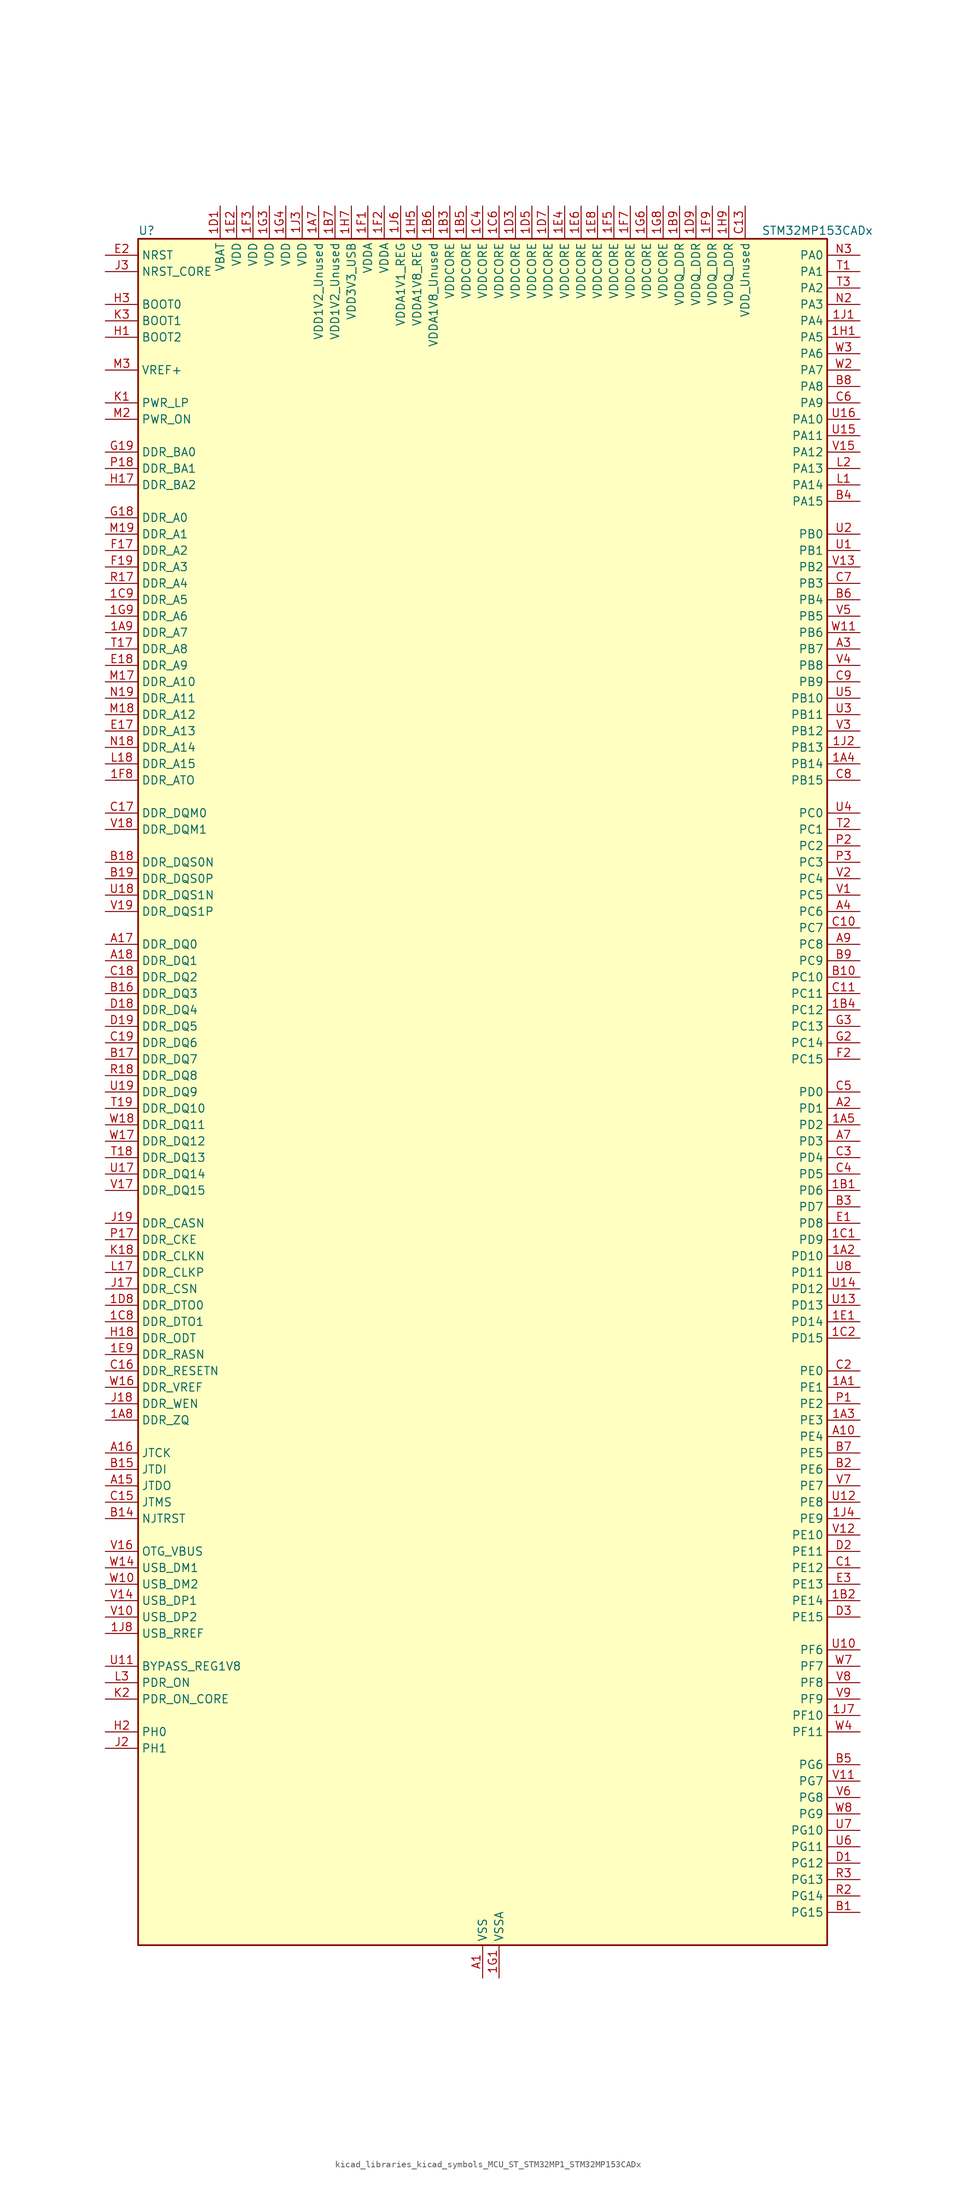
<source format=kicad_sym>
(kicad_symbol_lib
  (version 20220914)
  (generator kicad_symbol_editor)
  (symbol "kicad_libraries_kicad_symbols_MCU_ST_STM32MP1_STM32MP153CADx"
    (property "Reference" "U"
      (at -53.34 133.35 0)
      (effects (font (size 1.27 1.27)) (justify left)))
    (property "Value" "STM32MP153CADx"
      (at 43.18 133.35 0)
      (effects (font (size 1.27 1.27)) (justify left)))
    (property "ki_locked" ""
      (at 0 0 0)
      (effects (font (size 1.27 1.27))))
    (symbol "kicad_libraries_kicad_symbols_MCU_ST_STM32MP1_STM32MP153CADx_0_1"
      (rectangle (start -53.34 -132.08) (end 53.34 132.08) (stroke (width 0.254) (type default)) (fill (type background))))
    (symbol "kicad_libraries_kicad_symbols_MCU_ST_STM32MP1_STM32MP153CADx_1_1"
      (pin bidirectional line (at 58.42 -45.72 180) (length 5.08) (name "PE1" (effects (font (size 1.27 1.27)))) (number "1A1" (effects (font (size 1.27 1.27)))) (alternate "DCMI_D3" bidirectional line) (alternate "FMC_NBL1" bidirectional line) (alternate "I2S2_MCK" bidirectional line) (alternate "LPTIM1_IN2" bidirectional line) (alternate "SAI3_SD_B" bidirectional line) (alternate "UART8_TX" bidirectional line))
      (pin bidirectional line (at 58.42 -25.4 180) (length 5.08) (name "PD10" (effects (font (size 1.27 1.27)))) (number "1A2" (effects (font (size 1.27 1.27)))) (alternate "DFSDM1_CKOUT" bidirectional line) (alternate "FMC_D15" bidirectional line) (alternate "FMC_DA15" bidirectional line) (alternate "I2C5_SMBA" bidirectional line) (alternate "I2S3_SDI" bidirectional line) (alternate "LTDC_B3" bidirectional line) (alternate "RTC_REFIN" bidirectional line) (alternate "SAI3_FS_B" bidirectional line) (alternate "SPI3_MISO" bidirectional line) (alternate "TIM16_BKIN" bidirectional line) (alternate "USART3_CK" bidirectional line))
      (pin bidirectional line (at 58.42 -50.8 180) (length 5.08) (name "PE3" (effects (font (size 1.27 1.27)))) (number "1A3" (effects (font (size 1.27 1.27)))) (alternate "DEBUG_TRACED0" bidirectional line) (alternate "FMC_A19" bidirectional line) (alternate "SAI1_SD_B" bidirectional line) (alternate "SDMMC2_CK" bidirectional line) (alternate "TIM15_BKIN" bidirectional line))
      (pin bidirectional line (at 58.42 50.8 180) (length 5.08) (name "PB14" (effects (font (size 1.27 1.27)))) (number "1A4" (effects (font (size 1.27 1.27)))) (alternate "DFSDM1_DATIN2" bidirectional line) (alternate "I2S2_SDI" bidirectional line) (alternate "SDMMC2_D0" bidirectional line) (alternate "SPI2_MISO" bidirectional line) (alternate "TIM12_CH1" bidirectional line) (alternate "TIM1_CH2N" bidirectional line) (alternate "TIM8_CH2N" bidirectional line) (alternate "USART1_TX" bidirectional line) (alternate "USART3_DE" bidirectional line) (alternate "USART3_RTS" bidirectional line))
      (pin bidirectional line (at 58.42 -5.08 180) (length 5.08) (name "PD2" (effects (font (size 1.27 1.27)))) (number "1A5" (effects (font (size 1.27 1.27)))) (alternate "DCMI_D11" bidirectional line) (alternate "I2C5_SMBA" bidirectional line) (alternate "SDMMC1_CMD" bidirectional line) (alternate "TIM3_ETR" bidirectional line) (alternate "UART4_RX" bidirectional line) (alternate "UART5_RX" bidirectional line))
      (pin passive line (at 0 -137.16 90) (length 5.08) hide (name "VSS" (effects (font (size 1.27 1.27)))) (number "1A6" (effects (font (size 1.27 1.27)))))
      (pin power_in line (at -25.4 137.16 270) (length 5.08) (name "VDD1V2_Unused" (effects (font (size 1.27 1.27)))) (number "1A7" (effects (font (size 1.27 1.27)))))
      (pin bidirectional line (at -58.42 -50.8 0) (length 5.08) (name "DDR_ZQ" (effects (font (size 1.27 1.27)))) (number "1A8" (effects (font (size 1.27 1.27)))) (alternate "DDR_ZQ" bidirectional line))
      (pin bidirectional line (at -58.42 71.12 0) (length 5.08) (name "DDR_A7" (effects (font (size 1.27 1.27)))) (number "1A9" (effects (font (size 1.27 1.27)))) (alternate "DDR_A7" bidirectional line))
      (pin bidirectional line (at 58.42 -15.24 180) (length 5.08) (name "PD6" (effects (font (size 1.27 1.27)))) (number "1B1" (effects (font (size 1.27 1.27)))) (alternate "DCMI_D10" bidirectional line) (alternate "DFSDM1_CKIN4" bidirectional line) (alternate "DFSDM1_DATIN1" bidirectional line) (alternate "FMC_NWAIT" bidirectional line) (alternate "I2S3_SDO" bidirectional line) (alternate "LTDC_B2" bidirectional line) (alternate "SAI1_D1" bidirectional line) (alternate "SAI1_SD_A" bidirectional line) (alternate "SPI3_MOSI" bidirectional line) (alternate "TIM16_CH1N" bidirectional line) (alternate "USART2_RX" bidirectional line))
      (pin bidirectional line (at 58.42 -78.74 180) (length 5.08) (name "PE14" (effects (font (size 1.27 1.27)))) (number "1B2" (effects (font (size 1.27 1.27)))) (alternate "FMC_D11" bidirectional line) (alternate "FMC_DA11" bidirectional line) (alternate "LTDC_CLK" bidirectional line) (alternate "LTDC_G0" bidirectional line) (alternate "SAI2_MCLK_B" bidirectional line) (alternate "SDMMC1_D123DIR" bidirectional line) (alternate "SPI4_MOSI" bidirectional line) (alternate "TIM1_CH4" bidirectional line) (alternate "UART8_DE" bidirectional line) (alternate "UART8_RTS" bidirectional line))
      (pin power_in line (at -5.08 137.16 270) (length 5.08) (name "VDDCORE" (effects (font (size 1.27 1.27)))) (number "1B3" (effects (font (size 1.27 1.27)))))
      (pin bidirectional line (at 58.42 12.7 180) (length 5.08) (name "PC12" (effects (font (size 1.27 1.27)))) (number "1B4" (effects (font (size 1.27 1.27)))) (alternate "DCMI_D9" bidirectional line) (alternate "DEBUG_TRACECLK" bidirectional line) (alternate "I2S3_SDO" bidirectional line) (alternate "RCC_MCO_2" bidirectional line) (alternate "SAI4_D3" bidirectional line) (alternate "SAI4_SD_B" bidirectional line) (alternate "SDMMC1_CK" bidirectional line) (alternate "SPI3_MOSI" bidirectional line) (alternate "UART5_TX" bidirectional line) (alternate "USART3_CK" bidirectional line))
      (pin power_in line (at -2.54 137.16 270) (length 5.08) (name "VDDCORE" (effects (font (size 1.27 1.27)))) (number "1B5" (effects (font (size 1.27 1.27)))))
      (pin power_in line (at -7.62 137.16 270) (length 5.08) (name "VDDA1V8_Unused" (effects (font (size 1.27 1.27)))) (number "1B6" (effects (font (size 1.27 1.27)))))
      (pin power_in line (at -22.86 137.16 270) (length 5.08) (name "VDD1V2_Unused" (effects (font (size 1.27 1.27)))) (number "1B7" (effects (font (size 1.27 1.27)))))
      (pin passive line (at 0 -137.16 90) (length 5.08) hide (name "VSS" (effects (font (size 1.27 1.27)))) (number "1B8" (effects (font (size 1.27 1.27)))))
      (pin power_in line (at 30.48 137.16 270) (length 5.08) (name "VDDQ_DDR" (effects (font (size 1.27 1.27)))) (number "1B9" (effects (font (size 1.27 1.27)))))
      (pin bidirectional line (at 58.42 -22.86 180) (length 5.08) (name "PD9" (effects (font (size 1.27 1.27)))) (number "1C1" (effects (font (size 1.27 1.27)))) (alternate "DAC1_EXTI9" bidirectional line) (alternate "DCMI_HSYNC" bidirectional line) (alternate "DFSDM1_DATIN3" bidirectional line) (alternate "FMC_D14" bidirectional line) (alternate "FMC_DA14" bidirectional line) (alternate "LTDC_B0" bidirectional line) (alternate "SAI3_SD_B" bidirectional line) (alternate "USART3_RX" bidirectional line))
      (pin bidirectional line (at 58.42 -38.1 180) (length 5.08) (name "PD15" (effects (font (size 1.27 1.27)))) (number "1C2" (effects (font (size 1.27 1.27)))) (alternate "ADC1_EXTI15" bidirectional line) (alternate "ADC2_EXTI15" bidirectional line) (alternate "FMC_D1" bidirectional line) (alternate "FMC_DA1" bidirectional line) (alternate "LTDC_R1" bidirectional line) (alternate "SAI3_MCLK_A" bidirectional line) (alternate "TIM4_CH4" bidirectional line) (alternate "UART8_CTS" bidirectional line))
      (pin passive line (at 0 -137.16 90) (length 5.08) hide (name "VSS" (effects (font (size 1.27 1.27)))) (number "1C3" (effects (font (size 1.27 1.27)))))
      (pin power_in line (at 0 137.16 270) (length 5.08) (name "VDDCORE" (effects (font (size 1.27 1.27)))) (number "1C4" (effects (font (size 1.27 1.27)))))
      (pin passive line (at 0 -137.16 90) (length 5.08) hide (name "VSS" (effects (font (size 1.27 1.27)))) (number "1C5" (effects (font (size 1.27 1.27)))))
      (pin power_in line (at 2.54 137.16 270) (length 5.08) (name "VDDCORE" (effects (font (size 1.27 1.27)))) (number "1C6" (effects (font (size 1.27 1.27)))))
      (pin passive line (at 0 -137.16 90) (length 5.08) hide (name "VSS" (effects (font (size 1.27 1.27)))) (number "1C7" (effects (font (size 1.27 1.27)))))
      (pin bidirectional line (at -58.42 -35.56 0) (length 5.08) (name "DDR_DTO1" (effects (font (size 1.27 1.27)))) (number "1C8" (effects (font (size 1.27 1.27)))) (alternate "DDR_DTO1" bidirectional line))
      (pin bidirectional line (at -58.42 76.2 0) (length 5.08) (name "DDR_A5" (effects (font (size 1.27 1.27)))) (number "1C9" (effects (font (size 1.27 1.27)))) (alternate "DDR_A5" bidirectional line))
      (pin power_in line (at -40.64 137.16 270) (length 5.08) (name "VBAT" (effects (font (size 1.27 1.27)))) (number "1D1" (effects (font (size 1.27 1.27)))))
      (pin passive line (at 0 -137.16 90) (length 5.08) hide (name "VSS" (effects (font (size 1.27 1.27)))) (number "1D2" (effects (font (size 1.27 1.27)))))
      (pin power_in line (at 5.08 137.16 270) (length 5.08) (name "VDDCORE" (effects (font (size 1.27 1.27)))) (number "1D3" (effects (font (size 1.27 1.27)))))
      (pin passive line (at 0 -137.16 90) (length 5.08) hide (name "VSS" (effects (font (size 1.27 1.27)))) (number "1D4" (effects (font (size 1.27 1.27)))))
      (pin power_in line (at 7.62 137.16 270) (length 5.08) (name "VDDCORE" (effects (font (size 1.27 1.27)))) (number "1D5" (effects (font (size 1.27 1.27)))))
      (pin passive line (at 0 -137.16 90) (length 5.08) hide (name "VSS" (effects (font (size 1.27 1.27)))) (number "1D6" (effects (font (size 1.27 1.27)))))
      (pin power_in line (at 10.16 137.16 270) (length 5.08) (name "VDDCORE" (effects (font (size 1.27 1.27)))) (number "1D7" (effects (font (size 1.27 1.27)))))
      (pin bidirectional line (at -58.42 -33.02 0) (length 5.08) (name "DDR_DTO0" (effects (font (size 1.27 1.27)))) (number "1D8" (effects (font (size 1.27 1.27)))) (alternate "DDR_DTO0" bidirectional line))
      (pin power_in line (at 33.02 137.16 270) (length 5.08) (name "VDDQ_DDR" (effects (font (size 1.27 1.27)))) (number "1D9" (effects (font (size 1.27 1.27)))))
      (pin bidirectional line (at 58.42 -35.56 180) (length 5.08) (name "PD14" (effects (font (size 1.27 1.27)))) (number "1E1" (effects (font (size 1.27 1.27)))) (alternate "FMC_D0" bidirectional line) (alternate "FMC_DA0" bidirectional line) (alternate "SAI3_MCLK_B" bidirectional line) (alternate "TIM4_CH3" bidirectional line) (alternate "UART8_CTS" bidirectional line))
      (pin power_in line (at -38.1 137.16 270) (length 5.08) (name "VDD" (effects (font (size 1.27 1.27)))) (number "1E2" (effects (font (size 1.27 1.27)))))
      (pin passive line (at 0 -137.16 90) (length 5.08) hide (name "VSS" (effects (font (size 1.27 1.27)))) (number "1E3" (effects (font (size 1.27 1.27)))))
      (pin power_in line (at 12.7 137.16 270) (length 5.08) (name "VDDCORE" (effects (font (size 1.27 1.27)))) (number "1E4" (effects (font (size 1.27 1.27)))))
      (pin passive line (at 0 -137.16 90) (length 5.08) hide (name "VSS" (effects (font (size 1.27 1.27)))) (number "1E5" (effects (font (size 1.27 1.27)))))
      (pin power_in line (at 15.24 137.16 270) (length 5.08) (name "VDDCORE" (effects (font (size 1.27 1.27)))) (number "1E6" (effects (font (size 1.27 1.27)))))
      (pin passive line (at 0 -137.16 90) (length 5.08) hide (name "VSS" (effects (font (size 1.27 1.27)))) (number "1E7" (effects (font (size 1.27 1.27)))))
      (pin power_in line (at 17.78 137.16 270) (length 5.08) (name "VDDCORE" (effects (font (size 1.27 1.27)))) (number "1E8" (effects (font (size 1.27 1.27)))))
      (pin bidirectional line (at -58.42 -40.64 0) (length 5.08) (name "DDR_RASN" (effects (font (size 1.27 1.27)))) (number "1E9" (effects (font (size 1.27 1.27)))) (alternate "DDR_RASN" bidirectional line))
      (pin power_in line (at -17.78 137.16 270) (length 5.08) (name "VDDA" (effects (font (size 1.27 1.27)))) (number "1F1" (effects (font (size 1.27 1.27)))))
      (pin power_in line (at -15.24 137.16 270) (length 5.08) (name "VDDA" (effects (font (size 1.27 1.27)))) (number "1F2" (effects (font (size 1.27 1.27)))))
      (pin power_in line (at -35.56 137.16 270) (length 5.08) (name "VDD" (effects (font (size 1.27 1.27)))) (number "1F3" (effects (font (size 1.27 1.27)))))
      (pin passive line (at 0 -137.16 90) (length 5.08) hide (name "VSS" (effects (font (size 1.27 1.27)))) (number "1F4" (effects (font (size 1.27 1.27)))))
      (pin power_in line (at 20.32 137.16 270) (length 5.08) (name "VDDCORE" (effects (font (size 1.27 1.27)))) (number "1F5" (effects (font (size 1.27 1.27)))))
      (pin passive line (at 0 -137.16 90) (length 5.08) hide (name "VSS" (effects (font (size 1.27 1.27)))) (number "1F6" (effects (font (size 1.27 1.27)))))
      (pin power_in line (at 22.86 137.16 270) (length 5.08) (name "VDDCORE" (effects (font (size 1.27 1.27)))) (number "1F7" (effects (font (size 1.27 1.27)))))
      (pin bidirectional line (at -58.42 48.26 0) (length 5.08) (name "DDR_ATO" (effects (font (size 1.27 1.27)))) (number "1F8" (effects (font (size 1.27 1.27)))) (alternate "DDR_ATO" bidirectional line))
      (pin power_in line (at 35.56 137.16 270) (length 5.08) (name "VDDQ_DDR" (effects (font (size 1.27 1.27)))) (number "1F9" (effects (font (size 1.27 1.27)))))
      (pin power_in line (at 2.54 -137.16 90) (length 5.08) (name "VSSA" (effects (font (size 1.27 1.27)))) (number "1G1" (effects (font (size 1.27 1.27)))))
      (pin passive line (at 0 -137.16 90) (length 5.08) hide (name "VSS" (effects (font (size 1.27 1.27)))) (number "1G2" (effects (font (size 1.27 1.27)))))
      (pin power_in line (at -33.02 137.16 270) (length 5.08) (name "VDD" (effects (font (size 1.27 1.27)))) (number "1G3" (effects (font (size 1.27 1.27)))))
      (pin power_in line (at -30.48 137.16 270) (length 5.08) (name "VDD" (effects (font (size 1.27 1.27)))) (number "1G4" (effects (font (size 1.27 1.27)))))
      (pin passive line (at 0 -137.16 90) (length 5.08) hide (name "VSS" (effects (font (size 1.27 1.27)))) (number "1G5" (effects (font (size 1.27 1.27)))))
      (pin power_in line (at 25.4 137.16 270) (length 5.08) (name "VDDCORE" (effects (font (size 1.27 1.27)))) (number "1G6" (effects (font (size 1.27 1.27)))))
      (pin passive line (at 0 -137.16 90) (length 5.08) hide (name "VSS" (effects (font (size 1.27 1.27)))) (number "1G7" (effects (font (size 1.27 1.27)))))
      (pin power_in line (at 27.94 137.16 270) (length 5.08) (name "VDDCORE" (effects (font (size 1.27 1.27)))) (number "1G8" (effects (font (size 1.27 1.27)))))
      (pin bidirectional line (at -58.42 73.66 0) (length 5.08) (name "DDR_A6" (effects (font (size 1.27 1.27)))) (number "1G9" (effects (font (size 1.27 1.27)))) (alternate "DDR_A6" bidirectional line))
      (pin bidirectional line (at 58.42 116.84 180) (length 5.08) (name "PA5" (effects (font (size 1.27 1.27)))) (number "1H1" (effects (font (size 1.27 1.27)))) (alternate "ADC1_INN18" bidirectional line) (alternate "ADC1_INP19" bidirectional line) (alternate "ADC2_INN18" bidirectional line) (alternate "ADC2_INP19" bidirectional line) (alternate "DAC1_OUT2" bidirectional line) (alternate "I2S1_CK" bidirectional line) (alternate "LTDC_R4" bidirectional line) (alternate "SAI4_CK1" bidirectional line) (alternate "SAI4_MCLK_A" bidirectional line) (alternate "SPI1_SCK" bidirectional line) (alternate "SPI6_SCK" bidirectional line) (alternate "TIM2_CH1" bidirectional line) (alternate "TIM2_ETR" bidirectional line) (alternate "TIM8_CH1N" bidirectional line))
      (pin passive line (at 0 -137.16 90) (length 5.08) hide (name "VSS" (effects (font (size 1.27 1.27)))) (number "1H2" (effects (font (size 1.27 1.27)))))
      (pin passive line (at 0 -137.16 90) (length 5.08) hide (name "VSS" (effects (font (size 1.27 1.27)))) (number "1H3" (effects (font (size 1.27 1.27)))))
      (pin passive line (at 0 -137.16 90) (length 5.08) hide (name "VSS" (effects (font (size 1.27 1.27)))) (number "1H4" (effects (font (size 1.27 1.27)))))
      (pin power_in line (at -10.16 137.16 270) (length 5.08) (name "VDDA1V8_REG" (effects (font (size 1.27 1.27)))) (number "1H5" (effects (font (size 1.27 1.27)))))
      (pin passive line (at 0 -137.16 90) (length 5.08) hide (name "VSS" (effects (font (size 1.27 1.27)))) (number "1H6" (effects (font (size 1.27 1.27)))))
      (pin power_in line (at -20.32 137.16 270) (length 5.08) (name "VDD3V3_USB" (effects (font (size 1.27 1.27)))) (number "1H7" (effects (font (size 1.27 1.27)))))
      (pin passive line (at 0 -137.16 90) (length 5.08) hide (name "VSS" (effects (font (size 1.27 1.27)))) (number "1H8" (effects (font (size 1.27 1.27)))))
      (pin power_in line (at 38.1 137.16 270) (length 5.08) (name "VDDQ_DDR" (effects (font (size 1.27 1.27)))) (number "1H9" (effects (font (size 1.27 1.27)))))
      (pin bidirectional line (at 58.42 119.38 180) (length 5.08) (name "PA4" (effects (font (size 1.27 1.27)))) (number "1J1" (effects (font (size 1.27 1.27)))) (alternate "ADC1_INP18" bidirectional line) (alternate "ADC2_INP18" bidirectional line) (alternate "DAC1_OUT1" bidirectional line) (alternate "DCMI_HSYNC" bidirectional line) (alternate "HDP_HDP0" bidirectional line) (alternate "I2S1_WS" bidirectional line) (alternate "I2S3_WS" bidirectional line) (alternate "LTDC_VSYNC" bidirectional line) (alternate "SAI4_D2" bidirectional line) (alternate "SAI4_FS_A" bidirectional line) (alternate "SPI1_NSS" bidirectional line) (alternate "SPI3_NSS" bidirectional line) (alternate "SPI6_NSS" bidirectional line) (alternate "TIM5_ETR" bidirectional line) (alternate "USART2_CK" bidirectional line))
      (pin bidirectional line (at 58.42 53.34 180) (length 5.08) (name "PB13" (effects (font (size 1.27 1.27)))) (number "1J2" (effects (font (size 1.27 1.27)))) (alternate "DFSDM1_CKIN1" bidirectional line) (alternate "DFSDM1_CKOUT" bidirectional line) (alternate "ETH1_TXD1" bidirectional line) (alternate "FDCAN2_TX" bidirectional line) (alternate "I2S2_CK" bidirectional line) (alternate "LPTIM2_OUT" bidirectional line) (alternate "SPI2_SCK" bidirectional line) (alternate "TIM1_CH1N" bidirectional line) (alternate "UART5_TX" bidirectional line) (alternate "USART3_CTS" bidirectional line) (alternate "USART3_NSS" bidirectional line))
      (pin power_in line (at -27.94 137.16 270) (length 5.08) (name "VDD" (effects (font (size 1.27 1.27)))) (number "1J3" (effects (font (size 1.27 1.27)))))
      (pin bidirectional line (at 58.42 -66.04 180) (length 5.08) (name "PE9" (effects (font (size 1.27 1.27)))) (number "1J4" (effects (font (size 1.27 1.27)))) (alternate "DAC1_EXTI9" bidirectional line) (alternate "DFSDM1_CKOUT" bidirectional line) (alternate "FMC_D6" bidirectional line) (alternate "FMC_DA6" bidirectional line) (alternate "QUADSPI_BK2_IO2" bidirectional line) (alternate "TIM1_CH1" bidirectional line) (alternate "UART7_DE" bidirectional line) (alternate "UART7_RTS" bidirectional line))
      (pin passive line (at 0 -137.16 90) (length 5.08) hide (name "VSS" (effects (font (size 1.27 1.27)))) (number "1J5" (effects (font (size 1.27 1.27)))))
      (pin power_in line (at -12.7 137.16 270) (length 5.08) (name "VDDA1V1_REG" (effects (font (size 1.27 1.27)))) (number "1J6" (effects (font (size 1.27 1.27)))))
      (pin bidirectional line (at 58.42 -96.52 180) (length 5.08) (name "PF10" (effects (font (size 1.27 1.27)))) (number "1J7" (effects (font (size 1.27 1.27)))) (alternate "DCMI_D11" bidirectional line) (alternate "LTDC_DE" bidirectional line) (alternate "QUADSPI_CLK" bidirectional line) (alternate "SAI1_D3" bidirectional line) (alternate "SAI1_D4" bidirectional line) (alternate "SAI4_D3" bidirectional line) (alternate "SAI4_D4" bidirectional line) (alternate "TIM16_BKIN" bidirectional line))
      (pin bidirectional line (at -58.42 -83.82 0) (length 5.08) (name "USB_RREF" (effects (font (size 1.27 1.27)))) (number "1J8" (effects (font (size 1.27 1.27)))))
      (pin passive line (at 0 -137.16 90) (length 5.08) hide (name "VSS" (effects (font (size 1.27 1.27)))) (number "1J9" (effects (font (size 1.27 1.27)))))
      (pin power_in line (at 0 -137.16 90) (length 5.08) (name "VSS" (effects (font (size 1.27 1.27)))) (number "A1" (effects (font (size 1.27 1.27)))))
      (pin bidirectional line (at 58.42 -53.34 180) (length 5.08) (name "PE4" (effects (font (size 1.27 1.27)))) (number "A10" (effects (font (size 1.27 1.27)))) (alternate "DCMI_D4" bidirectional line) (alternate "DEBUG_TRACED1" bidirectional line) (alternate "DFSDM1_DATIN3" bidirectional line) (alternate "FMC_A20" bidirectional line) (alternate "LTDC_B0" bidirectional line) (alternate "SAI1_D2" bidirectional line) (alternate "SAI1_FS_A" bidirectional line) (alternate "SDMMC1_CKIN" bidirectional line) (alternate "SDMMC1_D4" bidirectional line) (alternate "SDMMC2_CKIN" bidirectional line) (alternate "SDMMC2_D4" bidirectional line) (alternate "SPI4_NSS" bidirectional line) (alternate "TIM15_CH1N" bidirectional line))
      (pin no_connect line (at -53.34 -132.08 0) (length 5.08) hide (name "DNU" (effects (font (size 1.27 1.27)))) (number "A12" (effects (font (size 1.27 1.27)))))
      (pin no_connect line (at -53.34 -129.54 0) (length 5.08) hide (name "DNU" (effects (font (size 1.27 1.27)))) (number "A13" (effects (font (size 1.27 1.27)))))
      (pin bidirectional line (at -58.42 -60.96 0) (length 5.08) (name "JTDO" (effects (font (size 1.27 1.27)))) (number "A15" (effects (font (size 1.27 1.27)))) (alternate "DEBUG_JTDO-SWO" bidirectional line))
      (pin bidirectional line (at -58.42 -55.88 0) (length 5.08) (name "JTCK" (effects (font (size 1.27 1.27)))) (number "A16" (effects (font (size 1.27 1.27)))) (alternate "DEBUG_JTCK-SWCLK" bidirectional line))
      (pin bidirectional line (at -58.42 22.86 0) (length 5.08) (name "DDR_DQ0" (effects (font (size 1.27 1.27)))) (number "A17" (effects (font (size 1.27 1.27)))) (alternate "DDR_DQ0" bidirectional line))
      (pin bidirectional line (at -58.42 20.32 0) (length 5.08) (name "DDR_DQ1" (effects (font (size 1.27 1.27)))) (number "A18" (effects (font (size 1.27 1.27)))) (alternate "DDR_DQ1" bidirectional line))
      (pin passive line (at 0 -137.16 90) (length 5.08) hide (name "VSS" (effects (font (size 1.27 1.27)))) (number "A19" (effects (font (size 1.27 1.27)))))
      (pin bidirectional line (at 58.42 -2.54 180) (length 5.08) (name "PD1" (effects (font (size 1.27 1.27)))) (number "A2" (effects (font (size 1.27 1.27)))) (alternate "DFSDM1_CKIN7" bidirectional line) (alternate "DFSDM1_DATIN6" bidirectional line) (alternate "FDCAN1_TX" bidirectional line) (alternate "FMC_D3" bidirectional line) (alternate "FMC_DA3" bidirectional line) (alternate "I2C5_SCL" bidirectional line) (alternate "I2C6_SCL" bidirectional line) (alternate "SAI3_SD_A" bidirectional line) (alternate "SDMMC3_D0" bidirectional line) (alternate "UART4_TX" bidirectional line))
      (pin bidirectional line (at 58.42 68.58 180) (length 5.08) (name "PB7" (effects (font (size 1.27 1.27)))) (number "A3" (effects (font (size 1.27 1.27)))) (alternate "DCMI_VSYNC" bidirectional line) (alternate "DFSDM1_CKIN5" bidirectional line) (alternate "FMC_NL" bidirectional line) (alternate "I2C1_SDA" bidirectional line) (alternate "I2C4_SDA" bidirectional line) (alternate "SDMMC2_D1" bidirectional line) (alternate "TIM17_CH1N" bidirectional line) (alternate "TIM4_CH2" bidirectional line) (alternate "USART1_RX" bidirectional line))
      (pin bidirectional line (at 58.42 27.94 180) (length 5.08) (name "PC6" (effects (font (size 1.27 1.27)))) (number "A4" (effects (font (size 1.27 1.27)))) (alternate "DCMI_D0" bidirectional line) (alternate "DFSDM1_CKIN3" bidirectional line) (alternate "HDP_HDP1" bidirectional line) (alternate "I2S2_MCK" bidirectional line) (alternate "LTDC_HSYNC" bidirectional line) (alternate "SDMMC1_D0DIR" bidirectional line) (alternate "SDMMC1_D6" bidirectional line) (alternate "SDMMC2_D0DIR" bidirectional line) (alternate "SDMMC2_D6" bidirectional line) (alternate "TIM3_CH1" bidirectional line) (alternate "TIM8_CH1" bidirectional line) (alternate "USART6_TX" bidirectional line))
      (pin passive line (at 0 -137.16 90) (length 5.08) hide (name "VSS" (effects (font (size 1.27 1.27)))) (number "A6" (effects (font (size 1.27 1.27)))))
      (pin bidirectional line (at 58.42 -7.62 180) (length 5.08) (name "PD3" (effects (font (size 1.27 1.27)))) (number "A7" (effects (font (size 1.27 1.27)))) (alternate "DCMI_D5" bidirectional line) (alternate "DFSDM1_CKOUT" bidirectional line) (alternate "DFSDM1_DATIN0" bidirectional line) (alternate "FMC_CLK" bidirectional line) (alternate "HDP_HDP5" bidirectional line) (alternate "I2S2_CK" bidirectional line) (alternate "LTDC_G7" bidirectional line) (alternate "SDMMC1_D123DIR" bidirectional line) (alternate "SDMMC1_D7" bidirectional line) (alternate "SDMMC2_D123DIR" bidirectional line) (alternate "SDMMC2_D7" bidirectional line) (alternate "SPI2_SCK" bidirectional line) (alternate "USART2_CTS" bidirectional line) (alternate "USART2_NSS" bidirectional line))
      (pin bidirectional line (at 58.42 22.86 180) (length 5.08) (name "PC8" (effects (font (size 1.27 1.27)))) (number "A9" (effects (font (size 1.27 1.27)))) (alternate "DCMI_D2" bidirectional line) (alternate "DEBUG_TRACED0" bidirectional line) (alternate "SDMMC1_D0" bidirectional line) (alternate "TIM3_CH3" bidirectional line) (alternate "TIM8_CH3" bidirectional line) (alternate "UART4_TX" bidirectional line) (alternate "UART5_DE" bidirectional line) (alternate "UART5_RTS" bidirectional line) (alternate "USART6_CK" bidirectional line))
      (pin bidirectional line (at 58.42 -127 180) (length 5.08) (name "PG15" (effects (font (size 1.27 1.27)))) (number "B1" (effects (font (size 1.27 1.27)))) (alternate "ADC1_EXTI15" bidirectional line) (alternate "ADC2_EXTI15" bidirectional line) (alternate "DCMI_D13" bidirectional line) (alternate "DEBUG_TRACED7" bidirectional line) (alternate "I2C2_SDA" bidirectional line) (alternate "SAI1_D2" bidirectional line) (alternate "SAI1_FS_A" bidirectional line) (alternate "SDMMC3_CK" bidirectional line) (alternate "USART6_CTS" bidirectional line) (alternate "USART6_NSS" bidirectional line))
      (pin bidirectional line (at 58.42 17.78 180) (length 5.08) (name "PC10" (effects (font (size 1.27 1.27)))) (number "B10" (effects (font (size 1.27 1.27)))) (alternate "DCMI_D8" bidirectional line) (alternate "DEBUG_TRACED2" bidirectional line) (alternate "DFSDM1_CKIN5" bidirectional line) (alternate "I2S3_CK" bidirectional line) (alternate "LTDC_R2" bidirectional line) (alternate "QUADSPI_BK1_IO1" bidirectional line) (alternate "SAI4_MCLK_B" bidirectional line) (alternate "SDMMC1_D2" bidirectional line) (alternate "SPI3_SCK" bidirectional line) (alternate "UART4_TX" bidirectional line) (alternate "USART3_TX" bidirectional line))
      (pin no_connect line (at -53.34 -127 0) (length 5.08) hide (name "DNU" (effects (font (size 1.27 1.27)))) (number "B11" (effects (font (size 1.27 1.27)))))
      (pin no_connect line (at -53.34 -124.46 0) (length 5.08) hide (name "DNU" (effects (font (size 1.27 1.27)))) (number "B12" (effects (font (size 1.27 1.27)))))
      (pin no_connect line (at -53.34 -121.92 0) (length 5.08) hide (name "DNU" (effects (font (size 1.27 1.27)))) (number "B13" (effects (font (size 1.27 1.27)))))
      (pin bidirectional line (at -58.42 -66.04 0) (length 5.08) (name "NJTRST" (effects (font (size 1.27 1.27)))) (number "B14" (effects (font (size 1.27 1.27)))) (alternate "DEBUG_JTRST" bidirectional line))
      (pin bidirectional line (at -58.42 -58.42 0) (length 5.08) (name "JTDI" (effects (font (size 1.27 1.27)))) (number "B15" (effects (font (size 1.27 1.27)))) (alternate "DEBUG_JTDI" bidirectional line))
      (pin bidirectional line (at -58.42 15.24 0) (length 5.08) (name "DDR_DQ3" (effects (font (size 1.27 1.27)))) (number "B16" (effects (font (size 1.27 1.27)))) (alternate "DDR_DQ3" bidirectional line))
      (pin bidirectional line (at -58.42 5.08 0) (length 5.08) (name "DDR_DQ7" (effects (font (size 1.27 1.27)))) (number "B17" (effects (font (size 1.27 1.27)))) (alternate "DDR_DQ7" bidirectional line))
      (pin bidirectional line (at -58.42 35.56 0) (length 5.08) (name "DDR_DQS0N" (effects (font (size 1.27 1.27)))) (number "B18" (effects (font (size 1.27 1.27)))) (alternate "DDR_DQS0N" bidirectional line))
      (pin bidirectional line (at -58.42 33.02 0) (length 5.08) (name "DDR_DQS0P" (effects (font (size 1.27 1.27)))) (number "B19" (effects (font (size 1.27 1.27)))) (alternate "DDR_DQS0P" bidirectional line))
      (pin bidirectional line (at 58.42 -58.42 180) (length 5.08) (name "PE6" (effects (font (size 1.27 1.27)))) (number "B2" (effects (font (size 1.27 1.27)))) (alternate "DCMI_D7" bidirectional line) (alternate "DEBUG_TRACED2" bidirectional line) (alternate "FMC_A22" bidirectional line) (alternate "LTDC_G1" bidirectional line) (alternate "SAI1_D1" bidirectional line) (alternate "SAI1_SD_A" bidirectional line) (alternate "SAI2_MCLK_B" bidirectional line) (alternate "SDMMC1_D2" bidirectional line) (alternate "SDMMC2_D0" bidirectional line) (alternate "SPI4_MOSI" bidirectional line) (alternate "TIM15_CH2" bidirectional line) (alternate "TIM1_BKIN2" bidirectional line))
      (pin bidirectional line (at 58.42 -17.78 180) (length 5.08) (name "PD7" (effects (font (size 1.27 1.27)))) (number "B3" (effects (font (size 1.27 1.27)))) (alternate "DEBUG_TRACED6" bidirectional line) (alternate "DFSDM1_CKIN1" bidirectional line) (alternate "DFSDM1_DATIN4" bidirectional line) (alternate "FMC_NE1" bidirectional line) (alternate "I2C2_SCL" bidirectional line) (alternate "SDMMC3_D3" bidirectional line) (alternate "SPDIFRX_IN0" bidirectional line) (alternate "USART2_CK" bidirectional line))
      (pin bidirectional line (at 58.42 91.44 180) (length 5.08) (name "PA15" (effects (font (size 1.27 1.27)))) (number "B4" (effects (font (size 1.27 1.27)))) (alternate "ADC1_EXTI15" bidirectional line) (alternate "ADC2_EXTI15" bidirectional line) (alternate "CEC" bidirectional line) (alternate "DEBUG_DBTRGI" bidirectional line) (alternate "I2S1_WS" bidirectional line) (alternate "I2S3_WS" bidirectional line) (alternate "LTDC_R1" bidirectional line) (alternate "SAI4_D2" bidirectional line) (alternate "SAI4_FS_A" bidirectional line) (alternate "SDMMC1_CDIR" bidirectional line) (alternate "SDMMC1_D5" bidirectional line) (alternate "SDMMC2_CDIR" bidirectional line) (alternate "SDMMC2_D5" bidirectional line) (alternate "SPI1_NSS" bidirectional line) (alternate "SPI3_NSS" bidirectional line) (alternate "SPI6_NSS" bidirectional line) (alternate "TIM2_CH1" bidirectional line) (alternate "TIM2_ETR" bidirectional line) (alternate "UART4_DE" bidirectional line) (alternate "UART4_RTS" bidirectional line) (alternate "UART7_TX" bidirectional line))
      (pin bidirectional line (at 58.42 -104.14 180) (length 5.08) (name "PG6" (effects (font (size 1.27 1.27)))) (number "B5" (effects (font (size 1.27 1.27)))) (alternate "DCMI_D12" bidirectional line) (alternate "DEBUG_TRACED14" bidirectional line) (alternate "LTDC_R7" bidirectional line) (alternate "SDMMC2_CMD" bidirectional line) (alternate "TIM17_BKIN" bidirectional line))
      (pin bidirectional line (at 58.42 76.2 180) (length 5.08) (name "PB4" (effects (font (size 1.27 1.27)))) (number "B6" (effects (font (size 1.27 1.27)))) (alternate "DEBUG_TRACED8" bidirectional line) (alternate "I2S1_SDI" bidirectional line) (alternate "I2S2_WS" bidirectional line) (alternate "I2S3_SDI" bidirectional line) (alternate "SAI4_CK2" bidirectional line) (alternate "SAI4_SCK_A" bidirectional line) (alternate "SDMMC2_D3" bidirectional line) (alternate "SPI1_MISO" bidirectional line) (alternate "SPI2_NSS" bidirectional line) (alternate "SPI3_MISO" bidirectional line) (alternate "SPI6_MISO" bidirectional line) (alternate "TIM16_BKIN" bidirectional line) (alternate "TIM3_CH1" bidirectional line) (alternate "UART7_TX" bidirectional line))
      (pin bidirectional line (at 58.42 -55.88 180) (length 5.08) (name "PE5" (effects (font (size 1.27 1.27)))) (number "B7" (effects (font (size 1.27 1.27)))) (alternate "DCMI_D6" bidirectional line) (alternate "DEBUG_TRACED3" bidirectional line) (alternate "DFSDM1_CKIN3" bidirectional line) (alternate "FMC_A21" bidirectional line) (alternate "LTDC_G0" bidirectional line) (alternate "SAI1_CK2" bidirectional line) (alternate "SAI1_SCK_A" bidirectional line) (alternate "SDMMC1_D0DIR" bidirectional line) (alternate "SDMMC1_D6" bidirectional line) (alternate "SDMMC2_D0DIR" bidirectional line) (alternate "SDMMC2_D6" bidirectional line) (alternate "SPI4_MISO" bidirectional line) (alternate "TIM15_CH1" bidirectional line))
      (pin bidirectional line (at 58.42 109.22 180) (length 5.08) (name "PA8" (effects (font (size 1.27 1.27)))) (number "B8" (effects (font (size 1.27 1.27)))) (alternate "I2C3_SCL" bidirectional line) (alternate "I2S3_SDO" bidirectional line) (alternate "LTDC_R6" bidirectional line) (alternate "RCC_MCO_1" bidirectional line) (alternate "SAI4_SD_B" bidirectional line) (alternate "SDMMC2_CKIN" bidirectional line) (alternate "SDMMC2_D4" bidirectional line) (alternate "SPI3_MOSI" bidirectional line) (alternate "TIM1_CH1" bidirectional line) (alternate "TIM8_BKIN2" bidirectional line) (alternate "UART7_RX" bidirectional line) (alternate "USART1_CK" bidirectional line) (alternate "USB_OTG_HS_SOF" bidirectional line))
      (pin bidirectional line (at 58.42 20.32 180) (length 5.08) (name "PC9" (effects (font (size 1.27 1.27)))) (number "B9" (effects (font (size 1.27 1.27)))) (alternate "DAC1_EXTI9" bidirectional line) (alternate "DCMI_D3" bidirectional line) (alternate "DEBUG_TRACED1" bidirectional line) (alternate "I2C3_SDA" bidirectional line) (alternate "I2S_CKIN" bidirectional line) (alternate "LTDC_B2" bidirectional line) (alternate "QUADSPI_BK1_IO0" bidirectional line) (alternate "SDMMC1_D1" bidirectional line) (alternate "TIM3_CH4" bidirectional line) (alternate "TIM8_CH4" bidirectional line) (alternate "UART5_CTS" bidirectional line))
      (pin bidirectional line (at 58.42 -73.66 180) (length 5.08) (name "PE12" (effects (font (size 1.27 1.27)))) (number "C1" (effects (font (size 1.27 1.27)))) (alternate "DFSDM1_DATIN5" bidirectional line) (alternate "FMC_D9" bidirectional line) (alternate "FMC_DA9" bidirectional line) (alternate "LTDC_B4" bidirectional line) (alternate "SAI2_SCK_B" bidirectional line) (alternate "SDMMC1_D0DIR" bidirectional line) (alternate "SPI4_SCK" bidirectional line) (alternate "TIM1_CH3N" bidirectional line))
      (pin bidirectional line (at 58.42 25.4 180) (length 5.08) (name "PC7" (effects (font (size 1.27 1.27)))) (number "C10" (effects (font (size 1.27 1.27)))) (alternate "DCMI_D1" bidirectional line) (alternate "DFSDM1_DATIN3" bidirectional line) (alternate "HDP_HDP4" bidirectional line) (alternate "I2S3_MCK" bidirectional line) (alternate "LTDC_G6" bidirectional line) (alternate "SDMMC1_D123DIR" bidirectional line) (alternate "SDMMC1_D7" bidirectional line) (alternate "SDMMC2_D123DIR" bidirectional line) (alternate "SDMMC2_D7" bidirectional line) (alternate "TIM3_CH2" bidirectional line) (alternate "TIM8_CH2" bidirectional line) (alternate "USART6_RX" bidirectional line))
      (pin bidirectional line (at 58.42 15.24 180) (length 5.08) (name "PC11" (effects (font (size 1.27 1.27)))) (number "C11" (effects (font (size 1.27 1.27)))) (alternate "ADC1_EXTI11" bidirectional line) (alternate "ADC2_EXTI11" bidirectional line) (alternate "DCMI_D4" bidirectional line) (alternate "DEBUG_TRACED3" bidirectional line) (alternate "DFSDM1_DATIN5" bidirectional line) (alternate "I2S3_SDI" bidirectional line) (alternate "QUADSPI_BK2_NCS" bidirectional line) (alternate "SAI4_SCK_B" bidirectional line) (alternate "SDMMC1_D3" bidirectional line) (alternate "SPI3_MISO" bidirectional line) (alternate "UART4_RX" bidirectional line) (alternate "USART3_RX" bidirectional line))
      (pin no_connect line (at -53.34 -119.38 0) (length 5.08) hide (name "DNU" (effects (font (size 1.27 1.27)))) (number "C12" (effects (font (size 1.27 1.27)))))
      (pin power_in line (at 40.64 137.16 270) (length 5.08) (name "VDD_Unused" (effects (font (size 1.27 1.27)))) (number "C13" (effects (font (size 1.27 1.27)))))
      (pin passive line (at 0 -137.16 90) (length 5.08) hide (name "VSS" (effects (font (size 1.27 1.27)))) (number "C14" (effects (font (size 1.27 1.27)))))
      (pin bidirectional line (at -58.42 -63.5 0) (length 5.08) (name "JTMS" (effects (font (size 1.27 1.27)))) (number "C15" (effects (font (size 1.27 1.27)))) (alternate "DEBUG_JTMS-SWDIO" bidirectional line))
      (pin bidirectional line (at -58.42 -43.18 0) (length 5.08) (name "DDR_RESETN" (effects (font (size 1.27 1.27)))) (number "C16" (effects (font (size 1.27 1.27)))) (alternate "DDR_RESETN" bidirectional line))
      (pin bidirectional line (at -58.42 43.18 0) (length 5.08) (name "DDR_DQM0" (effects (font (size 1.27 1.27)))) (number "C17" (effects (font (size 1.27 1.27)))) (alternate "DDR_DQM0" bidirectional line))
      (pin bidirectional line (at -58.42 17.78 0) (length 5.08) (name "DDR_DQ2" (effects (font (size 1.27 1.27)))) (number "C18" (effects (font (size 1.27 1.27)))) (alternate "DDR_DQ2" bidirectional line))
      (pin bidirectional line (at -58.42 7.62 0) (length 5.08) (name "DDR_DQ6" (effects (font (size 1.27 1.27)))) (number "C19" (effects (font (size 1.27 1.27)))) (alternate "DDR_DQ6" bidirectional line))
      (pin bidirectional line (at 58.42 -43.18 180) (length 5.08) (name "PE0" (effects (font (size 1.27 1.27)))) (number "C2" (effects (font (size 1.27 1.27)))) (alternate "DCMI_D2" bidirectional line) (alternate "FMC_NBL0" bidirectional line) (alternate "I2S3_CK" bidirectional line) (alternate "LPTIM1_ETR" bidirectional line) (alternate "LPTIM2_ETR" bidirectional line) (alternate "SAI2_MCLK_A" bidirectional line) (alternate "SAI4_MCLK_B" bidirectional line) (alternate "SPI3_SCK" bidirectional line) (alternate "TIM4_ETR" bidirectional line) (alternate "UART8_RX" bidirectional line))
      (pin bidirectional line (at 58.42 -10.16 180) (length 5.08) (name "PD4" (effects (font (size 1.27 1.27)))) (number "C3" (effects (font (size 1.27 1.27)))) (alternate "DFSDM1_CKIN0" bidirectional line) (alternate "FMC_NOE" bidirectional line) (alternate "SAI3_FS_A" bidirectional line) (alternate "SDMMC3_D1" bidirectional line) (alternate "USART2_DE" bidirectional line) (alternate "USART2_RTS" bidirectional line))
      (pin bidirectional line (at 58.42 -12.7 180) (length 5.08) (name "PD5" (effects (font (size 1.27 1.27)))) (number "C4" (effects (font (size 1.27 1.27)))) (alternate "FMC_NWE" bidirectional line) (alternate "SDMMC3_D2" bidirectional line) (alternate "USART2_TX" bidirectional line))
      (pin bidirectional line (at 58.42 0 180) (length 5.08) (name "PD0" (effects (font (size 1.27 1.27)))) (number "C5" (effects (font (size 1.27 1.27)))) (alternate "DFSDM1_CKIN6" bidirectional line) (alternate "DFSDM1_DATIN7" bidirectional line) (alternate "FDCAN1_RX" bidirectional line) (alternate "FMC_D2" bidirectional line) (alternate "FMC_DA2" bidirectional line) (alternate "I2C5_SDA" bidirectional line) (alternate "I2C6_SDA" bidirectional line) (alternate "SAI3_SCK_A" bidirectional line) (alternate "SDMMC3_CMD" bidirectional line) (alternate "UART4_RX" bidirectional line))
      (pin bidirectional line (at 58.42 106.68 180) (length 5.08) (name "PA9" (effects (font (size 1.27 1.27)))) (number "C6" (effects (font (size 1.27 1.27)))) (alternate "DAC1_EXTI9" bidirectional line) (alternate "DCMI_D0" bidirectional line) (alternate "I2C3_SMBA" bidirectional line) (alternate "I2S2_CK" bidirectional line) (alternate "LTDC_R5" bidirectional line) (alternate "SDMMC2_CDIR" bidirectional line) (alternate "SDMMC2_D5" bidirectional line) (alternate "SPI2_SCK" bidirectional line) (alternate "TIM1_CH2" bidirectional line) (alternate "USART1_TX" bidirectional line))
      (pin bidirectional line (at 58.42 78.74 180) (length 5.08) (name "PB3" (effects (font (size 1.27 1.27)))) (number "C7" (effects (font (size 1.27 1.27)))) (alternate "DEBUG_TRACED9" bidirectional line) (alternate "I2S1_CK" bidirectional line) (alternate "I2S3_CK" bidirectional line) (alternate "SAI4_CK1" bidirectional line) (alternate "SAI4_MCLK_A" bidirectional line) (alternate "SDMMC2_D2" bidirectional line) (alternate "SPI1_SCK" bidirectional line) (alternate "SPI3_SCK" bidirectional line) (alternate "SPI6_SCK" bidirectional line) (alternate "TIM2_CH2" bidirectional line) (alternate "UART7_RX" bidirectional line))
      (pin bidirectional line (at 58.42 48.26 180) (length 5.08) (name "PB15" (effects (font (size 1.27 1.27)))) (number "C8" (effects (font (size 1.27 1.27)))) (alternate "ADC1_EXTI15" bidirectional line) (alternate "ADC2_EXTI15" bidirectional line) (alternate "DFSDM1_CKIN2" bidirectional line) (alternate "I2S2_SDO" bidirectional line) (alternate "RTC_REFIN" bidirectional line) (alternate "SDMMC2_D1" bidirectional line) (alternate "SPI2_MOSI" bidirectional line) (alternate "TIM12_CH2" bidirectional line) (alternate "TIM1_CH3N" bidirectional line) (alternate "TIM8_CH3N" bidirectional line) (alternate "USART1_RX" bidirectional line))
      (pin bidirectional line (at 58.42 63.5 180) (length 5.08) (name "PB9" (effects (font (size 1.27 1.27)))) (number "C9" (effects (font (size 1.27 1.27)))) (alternate "DAC1_EXTI9" bidirectional line) (alternate "DCMI_D7" bidirectional line) (alternate "DFSDM1_DATIN7" bidirectional line) (alternate "FDCAN1_TX" bidirectional line) (alternate "HDP_HDP7" bidirectional line) (alternate "I2C1_SDA" bidirectional line) (alternate "I2C4_SDA" bidirectional line) (alternate "I2S2_WS" bidirectional line) (alternate "LTDC_B7" bidirectional line) (alternate "SDMMC1_CDIR" bidirectional line) (alternate "SDMMC1_D5" bidirectional line) (alternate "SDMMC2_CDIR" bidirectional line) (alternate "SDMMC2_D5" bidirectional line) (alternate "SPI2_NSS" bidirectional line) (alternate "TIM17_CH1" bidirectional line) (alternate "TIM4_CH4" bidirectional line) (alternate "UART4_TX" bidirectional line))
      (pin bidirectional line (at 58.42 -119.38 180) (length 5.08) (name "PG12" (effects (font (size 1.27 1.27)))) (number "D1" (effects (font (size 1.27 1.27)))) (alternate "ETH1_PHY_INTN" bidirectional line) (alternate "FMC_NE4" bidirectional line) (alternate "LPTIM1_IN1" bidirectional line) (alternate "LTDC_B1" bidirectional line) (alternate "LTDC_B4" bidirectional line) (alternate "SAI4_CK2" bidirectional line) (alternate "SAI4_SCK_A" bidirectional line) (alternate "SPDIFRX_IN1" bidirectional line) (alternate "SPI6_MISO" bidirectional line) (alternate "USART6_DE" bidirectional line) (alternate "USART6_RTS" bidirectional line))
      (pin passive line (at 0 -137.16 90) (length 5.08) hide (name "VSS" (effects (font (size 1.27 1.27)))) (number "D17" (effects (font (size 1.27 1.27)))))
      (pin bidirectional line (at -58.42 12.7 0) (length 5.08) (name "DDR_DQ4" (effects (font (size 1.27 1.27)))) (number "D18" (effects (font (size 1.27 1.27)))) (alternate "DDR_DQ4" bidirectional line))
      (pin bidirectional line (at -58.42 10.16 0) (length 5.08) (name "DDR_DQ5" (effects (font (size 1.27 1.27)))) (number "D19" (effects (font (size 1.27 1.27)))) (alternate "DDR_DQ5" bidirectional line))
      (pin bidirectional line (at 58.42 -71.12 180) (length 5.08) (name "PE11" (effects (font (size 1.27 1.27)))) (number "D2" (effects (font (size 1.27 1.27)))) (alternate "ADC1_EXTI11" bidirectional line) (alternate "ADC2_EXTI11" bidirectional line) (alternate "DCMI_D4" bidirectional line) (alternate "DFSDM1_CKIN4" bidirectional line) (alternate "FMC_D8" bidirectional line) (alternate "FMC_DA8" bidirectional line) (alternate "LTDC_G3" bidirectional line) (alternate "SAI2_SD_B" bidirectional line) (alternate "SPI4_NSS" bidirectional line) (alternate "TIM1_CH2" bidirectional line) (alternate "USART6_CK" bidirectional line))
      (pin bidirectional line (at 58.42 -81.28 180) (length 5.08) (name "PE15" (effects (font (size 1.27 1.27)))) (number "D3" (effects (font (size 1.27 1.27)))) (alternate "ADC1_EXTI15" bidirectional line) (alternate "ADC2_EXTI15" bidirectional line) (alternate "FMC_D12" bidirectional line) (alternate "FMC_DA12" bidirectional line) (alternate "FMC_NCE2" bidirectional line) (alternate "HDP_HDP3" bidirectional line) (alternate "LTDC_R7" bidirectional line) (alternate "TIM15_BKIN" bidirectional line) (alternate "TIM1_BKIN" bidirectional line) (alternate "UART8_CTS" bidirectional line) (alternate "USART2_CTS" bidirectional line) (alternate "USART2_NSS" bidirectional line))
      (pin bidirectional line (at 58.42 -20.32 180) (length 5.08) (name "PD8" (effects (font (size 1.27 1.27)))) (number "E1" (effects (font (size 1.27 1.27)))) (alternate "DFSDM1_CKIN3" bidirectional line) (alternate "FMC_D13" bidirectional line) (alternate "FMC_DA13" bidirectional line) (alternate "LTDC_B7" bidirectional line) (alternate "SAI3_SCK_B" bidirectional line) (alternate "SPDIFRX_IN1" bidirectional line) (alternate "USART3_TX" bidirectional line))
      (pin bidirectional line (at -58.42 55.88 0) (length 5.08) (name "DDR_A13" (effects (font (size 1.27 1.27)))) (number "E17" (effects (font (size 1.27 1.27)))) (alternate "DDR_A13" bidirectional line))
      (pin bidirectional line (at -58.42 66.04 0) (length 5.08) (name "DDR_A9" (effects (font (size 1.27 1.27)))) (number "E18" (effects (font (size 1.27 1.27)))) (alternate "DDR_A9" bidirectional line))
      (pin input line (at -58.42 129.54 0) (length 5.08) (name "NRST" (effects (font (size 1.27 1.27)))) (number "E2" (effects (font (size 1.27 1.27)))))
      (pin bidirectional line (at 58.42 -76.2 180) (length 5.08) (name "PE13" (effects (font (size 1.27 1.27)))) (number "E3" (effects (font (size 1.27 1.27)))) (alternate "DCMI_D6" bidirectional line) (alternate "DFSDM1_CKIN5" bidirectional line) (alternate "FMC_D10" bidirectional line) (alternate "FMC_DA10" bidirectional line) (alternate "HDP_HDP2" bidirectional line) (alternate "LTDC_DE" bidirectional line) (alternate "SAI2_FS_B" bidirectional line) (alternate "SPI4_MISO" bidirectional line) (alternate "TIM1_CH3" bidirectional line))
      (pin bidirectional line (at -58.42 83.82 0) (length 5.08) (name "DDR_A2" (effects (font (size 1.27 1.27)))) (number "F17" (effects (font (size 1.27 1.27)))) (alternate "DDR_A2" bidirectional line))
      (pin passive line (at 0 -137.16 90) (length 5.08) hide (name "VSS" (effects (font (size 1.27 1.27)))) (number "F18" (effects (font (size 1.27 1.27)))))
      (pin bidirectional line (at -58.42 81.28 0) (length 5.08) (name "DDR_A3" (effects (font (size 1.27 1.27)))) (number "F19" (effects (font (size 1.27 1.27)))) (alternate "DDR_A3" bidirectional line))
      (pin bidirectional line (at 58.42 5.08 180) (length 5.08) (name "PC15" (effects (font (size 1.27 1.27)))) (number "F2" (effects (font (size 1.27 1.27)))) (alternate "ADC1_EXTI15" bidirectional line) (alternate "ADC2_EXTI15" bidirectional line) (alternate "RCC_OSC32_OUT" bidirectional line))
      (pin passive line (at 0 -137.16 90) (length 5.08) hide (name "VSS" (effects (font (size 1.27 1.27)))) (number "F3" (effects (font (size 1.27 1.27)))))
      (pin passive line (at 0 -137.16 90) (length 5.08) hide (name "VSS" (effects (font (size 1.27 1.27)))) (number "G1" (effects (font (size 1.27 1.27)))))
      (pin passive line (at 0 -137.16 90) (length 5.08) hide (name "VSS" (effects (font (size 1.27 1.27)))) (number "G17" (effects (font (size 1.27 1.27)))))
      (pin bidirectional line (at -58.42 88.9 0) (length 5.08) (name "DDR_A0" (effects (font (size 1.27 1.27)))) (number "G18" (effects (font (size 1.27 1.27)))) (alternate "DDR_A0" bidirectional line))
      (pin bidirectional line (at -58.42 99.06 0) (length 5.08) (name "DDR_BA0" (effects (font (size 1.27 1.27)))) (number "G19" (effects (font (size 1.27 1.27)))) (alternate "DDR_BA0" bidirectional line))
      (pin bidirectional line (at 58.42 7.62 180) (length 5.08) (name "PC14" (effects (font (size 1.27 1.27)))) (number "G2" (effects (font (size 1.27 1.27)))) (alternate "RCC_OSC32_IN" bidirectional line))
      (pin bidirectional line (at 58.42 10.16 180) (length 5.08) (name "PC13" (effects (font (size 1.27 1.27)))) (number "G3" (effects (font (size 1.27 1.27)))) (alternate "PWR_WKUP3" bidirectional line) (alternate "RTC_LSCO" bidirectional line) (alternate "RTC_TS" bidirectional line) (alternate "TAMP_IN1" bidirectional line) (alternate "TAMP_OUT2" bidirectional line) (alternate "TAMP_OUT3" bidirectional line))
      (pin input line (at -58.42 116.84 0) (length 5.08) (name "BOOT2" (effects (font (size 1.27 1.27)))) (number "H1" (effects (font (size 1.27 1.27)))))
      (pin bidirectional line (at -58.42 93.98 0) (length 5.08) (name "DDR_BA2" (effects (font (size 1.27 1.27)))) (number "H17" (effects (font (size 1.27 1.27)))) (alternate "DDR_BA2" bidirectional line))
      (pin bidirectional line (at -58.42 -38.1 0) (length 5.08) (name "DDR_ODT" (effects (font (size 1.27 1.27)))) (number "H18" (effects (font (size 1.27 1.27)))) (alternate "DDR_ODT" bidirectional line))
      (pin bidirectional line (at -58.42 -99.06 0) (length 5.08) (name "PH0" (effects (font (size 1.27 1.27)))) (number "H2" (effects (font (size 1.27 1.27)))) (alternate "RCC_OSC_IN" bidirectional line))
      (pin input line (at -58.42 121.92 0) (length 5.08) (name "BOOT0" (effects (font (size 1.27 1.27)))) (number "H3" (effects (font (size 1.27 1.27)))))
      (pin bidirectional line (at -58.42 -30.48 0) (length 5.08) (name "DDR_CSN" (effects (font (size 1.27 1.27)))) (number "J17" (effects (font (size 1.27 1.27)))) (alternate "DDR_CSN" bidirectional line))
      (pin bidirectional line (at -58.42 -48.26 0) (length 5.08) (name "DDR_WEN" (effects (font (size 1.27 1.27)))) (number "J18" (effects (font (size 1.27 1.27)))) (alternate "DDR_WEN" bidirectional line))
      (pin bidirectional line (at -58.42 -20.32 0) (length 5.08) (name "DDR_CASN" (effects (font (size 1.27 1.27)))) (number "J19" (effects (font (size 1.27 1.27)))) (alternate "DDR_CASN" bidirectional line))
      (pin bidirectional line (at -58.42 -101.6 0) (length 5.08) (name "PH1" (effects (font (size 1.27 1.27)))) (number "J2" (effects (font (size 1.27 1.27)))) (alternate "RCC_OSC_OUT" bidirectional line))
      (pin input line (at -58.42 127 0) (length 5.08) (name "NRST_CORE" (effects (font (size 1.27 1.27)))) (number "J3" (effects (font (size 1.27 1.27)))))
      (pin output line (at -58.42 106.68 0) (length 5.08) (name "PWR_LP" (effects (font (size 1.27 1.27)))) (number "K1" (effects (font (size 1.27 1.27)))))
      (pin passive line (at 0 -137.16 90) (length 5.08) hide (name "VSS" (effects (font (size 1.27 1.27)))) (number "K17" (effects (font (size 1.27 1.27)))))
      (pin bidirectional line (at -58.42 -25.4 0) (length 5.08) (name "DDR_CLKN" (effects (font (size 1.27 1.27)))) (number "K18" (effects (font (size 1.27 1.27)))) (alternate "DDR_CLKN" bidirectional line))
      (pin passive line (at 0 -137.16 90) (length 5.08) hide (name "VSS" (effects (font (size 1.27 1.27)))) (number "K19" (effects (font (size 1.27 1.27)))))
      (pin bidirectional line (at -58.42 -93.98 0) (length 5.08) (name "PDR_ON_CORE" (effects (font (size 1.27 1.27)))) (number "K2" (effects (font (size 1.27 1.27)))))
      (pin input line (at -58.42 119.38 0) (length 5.08) (name "BOOT1" (effects (font (size 1.27 1.27)))) (number "K3" (effects (font (size 1.27 1.27)))))
      (pin bidirectional line (at 58.42 93.98 180) (length 5.08) (name "PA14" (effects (font (size 1.27 1.27)))) (number "L1" (effects (font (size 1.27 1.27)))) (alternate "DEBUG_DBTRGI" bidirectional line) (alternate "DEBUG_DBTRGO" bidirectional line) (alternate "RCC_MCO_2" bidirectional line))
      (pin bidirectional line (at -58.42 -27.94 0) (length 5.08) (name "DDR_CLKP" (effects (font (size 1.27 1.27)))) (number "L17" (effects (font (size 1.27 1.27)))) (alternate "DDR_CLKP" bidirectional line))
      (pin bidirectional line (at -58.42 50.8 0) (length 5.08) (name "DDR_A15" (effects (font (size 1.27 1.27)))) (number "L18" (effects (font (size 1.27 1.27)))) (alternate "DDR_A15" bidirectional line))
      (pin bidirectional line (at 58.42 96.52 180) (length 5.08) (name "PA13" (effects (font (size 1.27 1.27)))) (number "L2" (effects (font (size 1.27 1.27)))) (alternate "DEBUG_DBTRGI" bidirectional line) (alternate "DEBUG_DBTRGO" bidirectional line) (alternate "RCC_MCO_1" bidirectional line) (alternate "UART4_TX" bidirectional line))
      (pin bidirectional line (at -58.42 -91.44 0) (length 5.08) (name "PDR_ON" (effects (font (size 1.27 1.27)))) (number "L3" (effects (font (size 1.27 1.27)))))
      (pin bidirectional line (at -58.42 63.5 0) (length 5.08) (name "DDR_A10" (effects (font (size 1.27 1.27)))) (number "M17" (effects (font (size 1.27 1.27)))) (alternate "DDR_A10" bidirectional line))
      (pin bidirectional line (at -58.42 58.42 0) (length 5.08) (name "DDR_A12" (effects (font (size 1.27 1.27)))) (number "M18" (effects (font (size 1.27 1.27)))) (alternate "DDR_A12" bidirectional line))
      (pin bidirectional line (at -58.42 86.36 0) (length 5.08) (name "DDR_A1" (effects (font (size 1.27 1.27)))) (number "M19" (effects (font (size 1.27 1.27)))) (alternate "DDR_A1" bidirectional line))
      (pin output line (at -58.42 104.14 0) (length 5.08) (name "PWR_ON" (effects (font (size 1.27 1.27)))) (number "M2" (effects (font (size 1.27 1.27)))))
      (pin input line (at -58.42 111.76 0) (length 5.08) (name "VREF+" (effects (font (size 1.27 1.27)))) (number "M3" (effects (font (size 1.27 1.27)))))
      (pin passive line (at 0 -137.16 90) (length 5.08) hide (name "VSS" (effects (font (size 1.27 1.27)))) (number "N1" (effects (font (size 1.27 1.27)))))
      (pin passive line (at 0 -137.16 90) (length 5.08) hide (name "VSS" (effects (font (size 1.27 1.27)))) (number "N17" (effects (font (size 1.27 1.27)))))
      (pin bidirectional line (at -58.42 53.34 0) (length 5.08) (name "DDR_A14" (effects (font (size 1.27 1.27)))) (number "N18" (effects (font (size 1.27 1.27)))) (alternate "DDR_A14" bidirectional line))
      (pin bidirectional line (at -58.42 60.96 0) (length 5.08) (name "DDR_A11" (effects (font (size 1.27 1.27)))) (number "N19" (effects (font (size 1.27 1.27)))) (alternate "DDR_A11" bidirectional line))
      (pin bidirectional line (at 58.42 121.92 180) (length 5.08) (name "PA3" (effects (font (size 1.27 1.27)))) (number "N2" (effects (font (size 1.27 1.27)))) (alternate "ADC1_INP15" bidirectional line) (alternate "ETH1_COL" bidirectional line) (alternate "LPTIM5_OUT" bidirectional line) (alternate "LTDC_B2" bidirectional line) (alternate "LTDC_B5" bidirectional line) (alternate "PWR_PVD_IN" bidirectional line) (alternate "TIM15_CH2" bidirectional line) (alternate "TIM2_CH4" bidirectional line) (alternate "TIM5_CH4" bidirectional line) (alternate "USART2_RX" bidirectional line))
      (pin bidirectional line (at 58.42 129.54 180) (length 5.08) (name "PA0" (effects (font (size 1.27 1.27)))) (number "N3" (effects (font (size 1.27 1.27)))) (alternate "ADC1_INP16" bidirectional line) (alternate "ETH1_CRS" bidirectional line) (alternate "PWR_WKUP1" bidirectional line) (alternate "SAI2_SD_B" bidirectional line) (alternate "SDMMC2_CMD" bidirectional line) (alternate "TIM15_BKIN" bidirectional line) (alternate "TIM2_CH1" bidirectional line) (alternate "TIM2_ETR" bidirectional line) (alternate "TIM5_CH1" bidirectional line) (alternate "TIM8_ETR" bidirectional line) (alternate "UART4_TX" bidirectional line) (alternate "USART2_CTS" bidirectional line) (alternate "USART2_NSS" bidirectional line))
      (pin bidirectional line (at 58.42 -48.26 180) (length 5.08) (name "PE2" (effects (font (size 1.27 1.27)))) (number "P1" (effects (font (size 1.27 1.27)))) (alternate "DEBUG_TRACECLK" bidirectional line) (alternate "ETH1_TXD3" bidirectional line) (alternate "FMC_A23" bidirectional line) (alternate "I2C4_SCL" bidirectional line) (alternate "QUADSPI_BK1_IO2" bidirectional line) (alternate "SAI1_CK1" bidirectional line) (alternate "SAI1_MCLK_A" bidirectional line) (alternate "SPI4_SCK" bidirectional line))
      (pin bidirectional line (at -58.42 -22.86 0) (length 5.08) (name "DDR_CKE" (effects (font (size 1.27 1.27)))) (number "P17" (effects (font (size 1.27 1.27)))) (alternate "DDR_CKE" bidirectional line))
      (pin bidirectional line (at -58.42 96.52 0) (length 5.08) (name "DDR_BA1" (effects (font (size 1.27 1.27)))) (number "P18" (effects (font (size 1.27 1.27)))) (alternate "DDR_BA1" bidirectional line))
      (pin bidirectional line (at 58.42 38.1 180) (length 5.08) (name "PC2" (effects (font (size 1.27 1.27)))) (number "P2" (effects (font (size 1.27 1.27)))) (alternate "ADC1_INN11" bidirectional line) (alternate "ADC1_INP12" bidirectional line) (alternate "DCMI_PIXCLK" bidirectional line) (alternate "DFSDM1_CKIN1" bidirectional line) (alternate "DFSDM1_CKOUT" bidirectional line) (alternate "ETH1_TXD2" bidirectional line) (alternate "I2S2_SDI" bidirectional line) (alternate "SPI2_MISO" bidirectional line))
      (pin bidirectional line (at 58.42 35.56 180) (length 5.08) (name "PC3" (effects (font (size 1.27 1.27)))) (number "P3" (effects (font (size 1.27 1.27)))) (alternate "ADC1_INN12" bidirectional line) (alternate "ADC1_INP13" bidirectional line) (alternate "DEBUG_TRACECLK" bidirectional line) (alternate "DFSDM1_DATIN1" bidirectional line) (alternate "ETH1_TX_CLK" bidirectional line) (alternate "I2S2_SDO" bidirectional line) (alternate "SPI2_MOSI" bidirectional line))
      (pin bidirectional line (at -58.42 78.74 0) (length 5.08) (name "DDR_A4" (effects (font (size 1.27 1.27)))) (number "R17" (effects (font (size 1.27 1.27)))) (alternate "DDR_A4" bidirectional line))
      (pin bidirectional line (at -58.42 2.54 0) (length 5.08) (name "DDR_DQ8" (effects (font (size 1.27 1.27)))) (number "R18" (effects (font (size 1.27 1.27)))) (alternate "DDR_DQ8" bidirectional line))
      (pin passive line (at 0 -137.16 90) (length 5.08) hide (name "VSS" (effects (font (size 1.27 1.27)))) (number "R19" (effects (font (size 1.27 1.27)))))
      (pin bidirectional line (at 58.42 -124.46 180) (length 5.08) (name "PG14" (effects (font (size 1.27 1.27)))) (number "R2" (effects (font (size 1.27 1.27)))) (alternate "DEBUG_TRACED1" bidirectional line) (alternate "ETH1_TXD1" bidirectional line) (alternate "FMC_A25" bidirectional line) (alternate "LPTIM1_ETR" bidirectional line) (alternate "LTDC_B0" bidirectional line) (alternate "QUADSPI_BK2_IO3" bidirectional line) (alternate "SAI4_D1" bidirectional line) (alternate "SAI4_SD_A" bidirectional line) (alternate "SPI6_MOSI" bidirectional line) (alternate "USART6_TX" bidirectional line))
      (pin bidirectional line (at 58.42 -121.92 180) (length 5.08) (name "PG13" (effects (font (size 1.27 1.27)))) (number "R3" (effects (font (size 1.27 1.27)))) (alternate "DEBUG_TRACED0" bidirectional line) (alternate "ETH1_TXD0" bidirectional line) (alternate "FMC_A24" bidirectional line) (alternate "LPTIM1_OUT" bidirectional line) (alternate "LTDC_R0" bidirectional line) (alternate "SAI1_CK2" bidirectional line) (alternate "SAI1_SCK_A" bidirectional line) (alternate "SAI4_CK1" bidirectional line) (alternate "SAI4_MCLK_A" bidirectional line) (alternate "SPI6_SCK" bidirectional line) (alternate "USART6_CTS" bidirectional line) (alternate "USART6_NSS" bidirectional line))
      (pin bidirectional line (at 58.42 127 180) (length 5.08) (name "PA1" (effects (font (size 1.27 1.27)))) (number "T1" (effects (font (size 1.27 1.27)))) (alternate "ADC1_INN16" bidirectional line) (alternate "ADC1_INP17" bidirectional line) (alternate "ETH1_CLK" bidirectional line) (alternate "ETH1_REF_CLK" bidirectional line) (alternate "ETH1_RX_CLK" bidirectional line) (alternate "LPTIM3_OUT" bidirectional line) (alternate "LTDC_R2" bidirectional line) (alternate "QUADSPI_BK1_IO3" bidirectional line) (alternate "SAI2_MCLK_B" bidirectional line) (alternate "TIM15_CH1N" bidirectional line) (alternate "TIM2_CH2" bidirectional line) (alternate "TIM5_CH2" bidirectional line) (alternate "UART4_RX" bidirectional line) (alternate "USART2_DE" bidirectional line) (alternate "USART2_RTS" bidirectional line))
      (pin bidirectional line (at -58.42 68.58 0) (length 5.08) (name "DDR_A8" (effects (font (size 1.27 1.27)))) (number "T17" (effects (font (size 1.27 1.27)))) (alternate "DDR_A8" bidirectional line))
      (pin bidirectional line (at -58.42 -10.16 0) (length 5.08) (name "DDR_DQ13" (effects (font (size 1.27 1.27)))) (number "T18" (effects (font (size 1.27 1.27)))) (alternate "DDR_DQ13" bidirectional line))
      (pin bidirectional line (at -58.42 -2.54 0) (length 5.08) (name "DDR_DQ10" (effects (font (size 1.27 1.27)))) (number "T19" (effects (font (size 1.27 1.27)))) (alternate "DDR_DQ10" bidirectional line))
      (pin bidirectional line (at 58.42 40.64 180) (length 5.08) (name "PC1" (effects (font (size 1.27 1.27)))) (number "T2" (effects (font (size 1.27 1.27)))) (alternate "ADC1_INN10" bidirectional line) (alternate "ADC1_INP11" bidirectional line) (alternate "ADC2_INN10" bidirectional line) (alternate "ADC2_INP11" bidirectional line) (alternate "DEBUG_TRACED0" bidirectional line) (alternate "DFSDM1_CKIN4" bidirectional line) (alternate "DFSDM1_DATIN0" bidirectional line) (alternate "ETH1_MDC" bidirectional line) (alternate "I2S2_SDO" bidirectional line) (alternate "PWR_WKUP6" bidirectional line) (alternate "SAI1_D1" bidirectional line) (alternate "SAI1_SD_A" bidirectional line) (alternate "SDMMC2_CK" bidirectional line) (alternate "SPI2_MOSI" bidirectional line) (alternate "TAMP_IN3" bidirectional line))
      (pin bidirectional line (at 58.42 124.46 180) (length 5.08) (name "PA2" (effects (font (size 1.27 1.27)))) (number "T3" (effects (font (size 1.27 1.27)))) (alternate "ADC1_INP14" bidirectional line) (alternate "ETH1_MDIO" bidirectional line) (alternate "LPTIM4_OUT" bidirectional line) (alternate "LTDC_R1" bidirectional line) (alternate "PWR_WKUP2" bidirectional line) (alternate "SAI2_SCK_B" bidirectional line) (alternate "SDMMC2_D0DIR" bidirectional line) (alternate "TIM15_CH1" bidirectional line) (alternate "TIM2_CH3" bidirectional line) (alternate "TIM5_CH3" bidirectional line) (alternate "USART2_TX" bidirectional line))
      (pin bidirectional line (at 58.42 83.82 180) (length 5.08) (name "PB1" (effects (font (size 1.27 1.27)))) (number "U1" (effects (font (size 1.27 1.27)))) (alternate "ADC1_INP5" bidirectional line) (alternate "ADC2_INP5" bidirectional line) (alternate "DFSDM1_DATIN1" bidirectional line) (alternate "ETH1_RXD3" bidirectional line) (alternate "LTDC_G0" bidirectional line) (alternate "LTDC_R6" bidirectional line) (alternate "TIM1_CH3N" bidirectional line) (alternate "TIM3_CH4" bidirectional line) (alternate "TIM8_CH3N" bidirectional line))
      (pin bidirectional line (at 58.42 -86.36 180) (length 5.08) (name "PF6" (effects (font (size 1.27 1.27)))) (number "U10" (effects (font (size 1.27 1.27)))) (alternate "QUADSPI_BK1_IO3" bidirectional line) (alternate "SAI1_SD_B" bidirectional line) (alternate "SAI4_SCK_B" bidirectional line) (alternate "SPI5_NSS" bidirectional line) (alternate "TIM16_CH1" bidirectional line) (alternate "UART7_RX" bidirectional line))
      (pin bidirectional line (at -58.42 -88.9 0) (length 5.08) (name "BYPASS_REG1V8" (effects (font (size 1.27 1.27)))) (number "U11" (effects (font (size 1.27 1.27)))))
      (pin bidirectional line (at 58.42 -63.5 180) (length 5.08) (name "PE8" (effects (font (size 1.27 1.27)))) (number "U12" (effects (font (size 1.27 1.27)))) (alternate "DFSDM1_CKIN2" bidirectional line) (alternate "FMC_D5" bidirectional line) (alternate "FMC_DA5" bidirectional line) (alternate "QUADSPI_BK2_IO1" bidirectional line) (alternate "TIM1_CH1N" bidirectional line) (alternate "UART7_TX" bidirectional line))
      (pin bidirectional line (at 58.42 -33.02 180) (length 5.08) (name "PD13" (effects (font (size 1.27 1.27)))) (number "U13" (effects (font (size 1.27 1.27)))) (alternate "FMC_A18" bidirectional line) (alternate "I2C1_SDA" bidirectional line) (alternate "I2C4_SDA" bidirectional line) (alternate "I2S3_MCK" bidirectional line) (alternate "LPTIM1_OUT" bidirectional line) (alternate "QUADSPI_BK1_IO3" bidirectional line) (alternate "SAI2_SCK_A" bidirectional line) (alternate "TIM4_CH2" bidirectional line))
      (pin bidirectional line (at 58.42 -30.48 180) (length 5.08) (name "PD12" (effects (font (size 1.27 1.27)))) (number "U14" (effects (font (size 1.27 1.27)))) (alternate "FMC_A17" bidirectional line) (alternate "FMC_ALE" bidirectional line) (alternate "I2C1_SCL" bidirectional line) (alternate "I2C4_SCL" bidirectional line) (alternate "LPTIM1_IN1" bidirectional line) (alternate "LPTIM2_IN1" bidirectional line) (alternate "QUADSPI_BK1_IO1" bidirectional line) (alternate "SAI2_FS_A" bidirectional line) (alternate "TIM4_CH1" bidirectional line) (alternate "USART3_DE" bidirectional line) (alternate "USART3_RTS" bidirectional line))
      (pin bidirectional line (at 58.42 101.6 180) (length 5.08) (name "PA11" (effects (font (size 1.27 1.27)))) (number "U15" (effects (font (size 1.27 1.27)))) (alternate "ADC1_EXTI11" bidirectional line) (alternate "ADC2_EXTI11" bidirectional line) (alternate "FDCAN1_RX" bidirectional line) (alternate "I2C5_SCL" bidirectional line) (alternate "I2C6_SCL" bidirectional line) (alternate "I2S2_WS" bidirectional line) (alternate "LTDC_R4" bidirectional line) (alternate "SPI2_NSS" bidirectional line) (alternate "TIM1_CH4" bidirectional line) (alternate "UART4_RX" bidirectional line) (alternate "USART1_CTS" bidirectional line) (alternate "USART1_NSS" bidirectional line))
      (pin bidirectional line (at 58.42 104.14 180) (length 5.08) (name "PA10" (effects (font (size 1.27 1.27)))) (number "U16" (effects (font (size 1.27 1.27)))) (alternate "DCMI_D1" bidirectional line) (alternate "I2S3_WS" bidirectional line) (alternate "LTDC_B1" bidirectional line) (alternate "SAI4_FS_B" bidirectional line) (alternate "SPI3_NSS" bidirectional line) (alternate "TIM1_CH3" bidirectional line) (alternate "USART1_RX" bidirectional line) (alternate "USB_OTG_HS_ID" bidirectional line))
      (pin bidirectional line (at -58.42 -12.7 0) (length 5.08) (name "DDR_DQ14" (effects (font (size 1.27 1.27)))) (number "U17" (effects (font (size 1.27 1.27)))) (alternate "DDR_DQ14" bidirectional line))
      (pin bidirectional line (at -58.42 30.48 0) (length 5.08) (name "DDR_DQS1N" (effects (font (size 1.27 1.27)))) (number "U18" (effects (font (size 1.27 1.27)))) (alternate "DDR_DQS1N" bidirectional line))
      (pin bidirectional line (at -58.42 0 0) (length 5.08) (name "DDR_DQ9" (effects (font (size 1.27 1.27)))) (number "U19" (effects (font (size 1.27 1.27)))) (alternate "DDR_DQ9" bidirectional line))
      (pin bidirectional line (at 58.42 86.36 180) (length 5.08) (name "PB0" (effects (font (size 1.27 1.27)))) (number "U2" (effects (font (size 1.27 1.27)))) (alternate "ADC1_INN5" bidirectional line) (alternate "ADC1_INP9" bidirectional line) (alternate "ADC2_INN5" bidirectional line) (alternate "ADC2_INP9" bidirectional line) (alternate "DFSDM1_CKOUT" bidirectional line) (alternate "ETH1_RXD2" bidirectional line) (alternate "LTDC_G1" bidirectional line) (alternate "LTDC_R3" bidirectional line) (alternate "TIM1_CH2N" bidirectional line) (alternate "TIM3_CH3" bidirectional line) (alternate "TIM8_CH2N" bidirectional line) (alternate "UART4_CTS" bidirectional line))
      (pin bidirectional line (at 58.42 58.42 180) (length 5.08) (name "PB11" (effects (font (size 1.27 1.27)))) (number "U3" (effects (font (size 1.27 1.27)))) (alternate "ADC1_EXTI11" bidirectional line) (alternate "ADC2_EXTI11" bidirectional line) (alternate "DFSDM1_CKIN7" bidirectional line) (alternate "ETH1_TX_CTL" bidirectional line) (alternate "ETH1_TX_EN" bidirectional line) (alternate "I2C2_SDA" bidirectional line) (alternate "LPTIM2_ETR" bidirectional line) (alternate "LTDC_G5" bidirectional line) (alternate "TIM2_CH4" bidirectional line) (alternate "USART3_RX" bidirectional line))
      (pin bidirectional line (at 58.42 43.18 180) (length 5.08) (name "PC0" (effects (font (size 1.27 1.27)))) (number "U4" (effects (font (size 1.27 1.27)))) (alternate "ADC1_INP10" bidirectional line) (alternate "ADC2_INP10" bidirectional line) (alternate "DFSDM1_CKIN0" bidirectional line) (alternate "DFSDM1_DATIN4" bidirectional line) (alternate "LPTIM2_IN2" bidirectional line) (alternate "LTDC_R5" bidirectional line) (alternate "QUADSPI_BK2_NCS" bidirectional line) (alternate "SAI2_FS_B" bidirectional line))
      (pin bidirectional line (at 58.42 60.96 180) (length 5.08) (name "PB10" (effects (font (size 1.27 1.27)))) (number "U5" (effects (font (size 1.27 1.27)))) (alternate "DFSDM1_DATIN7" bidirectional line) (alternate "ETH1_RX_ER" bidirectional line) (alternate "I2C2_SCL" bidirectional line) (alternate "I2S2_CK" bidirectional line) (alternate "LPTIM2_IN1" bidirectional line) (alternate "LTDC_G4" bidirectional line) (alternate "QUADSPI_BK1_NCS" bidirectional line) (alternate "SPI2_SCK" bidirectional line) (alternate "TIM2_CH3" bidirectional line) (alternate "USART3_TX" bidirectional line))
      (pin bidirectional line (at 58.42 -116.84 180) (length 5.08) (name "PG11" (effects (font (size 1.27 1.27)))) (number "U6" (effects (font (size 1.27 1.27)))) (alternate "ADC1_EXTI11" bidirectional line) (alternate "ADC2_EXTI11" bidirectional line) (alternate "DCMI_D3" bidirectional line) (alternate "DEBUG_TRACED11" bidirectional line) (alternate "ETH1_TX_CTL" bidirectional line) (alternate "ETH1_TX_EN" bidirectional line) (alternate "LTDC_B3" bidirectional line) (alternate "SPDIFRX_IN0" bidirectional line) (alternate "UART4_TX" bidirectional line) (alternate "USART1_TX" bidirectional line))
      (pin bidirectional line (at 58.42 -114.3 180) (length 5.08) (name "PG10" (effects (font (size 1.27 1.27)))) (number "U7" (effects (font (size 1.27 1.27)))) (alternate "DCMI_D2" bidirectional line) (alternate "DEBUG_TRACED10" bidirectional line) (alternate "FMC_NE3" bidirectional line) (alternate "LTDC_B2" bidirectional line) (alternate "LTDC_G3" bidirectional line) (alternate "QUADSPI_BK2_IO2" bidirectional line) (alternate "SAI2_SD_B" bidirectional line) (alternate "UART8_CTS" bidirectional line))
      (pin bidirectional line (at 58.42 -27.94 180) (length 5.08) (name "PD11" (effects (font (size 1.27 1.27)))) (number "U8" (effects (font (size 1.27 1.27)))) (alternate "ADC1_EXTI11" bidirectional line) (alternate "ADC2_EXTI11" bidirectional line) (alternate "FMC_A16" bidirectional line) (alternate "FMC_CLE" bidirectional line) (alternate "I2C1_SMBA" bidirectional line) (alternate "I2C4_SMBA" bidirectional line) (alternate "LPTIM2_IN2" bidirectional line) (alternate "QUADSPI_BK1_IO0" bidirectional line) (alternate "SAI2_SD_A" bidirectional line) (alternate "USART3_CTS" bidirectional line) (alternate "USART3_NSS" bidirectional line))
      (pin passive line (at 0 -137.16 90) (length 5.08) hide (name "VSS" (effects (font (size 1.27 1.27)))) (number "U9" (effects (font (size 1.27 1.27)))))
      (pin bidirectional line (at 58.42 30.48 180) (length 5.08) (name "PC5" (effects (font (size 1.27 1.27)))) (number "V1" (effects (font (size 1.27 1.27)))) (alternate "ADC1_INN4" bidirectional line) (alternate "ADC1_INP8" bidirectional line) (alternate "ADC2_INN4" bidirectional line) (alternate "ADC2_INP8" bidirectional line) (alternate "DFSDM1_DATIN2" bidirectional line) (alternate "ETH1_RXD1" bidirectional line) (alternate "SAI1_D3" bidirectional line) (alternate "SAI1_D4" bidirectional line) (alternate "SAI4_D3" bidirectional line) (alternate "SAI4_D4" bidirectional line) (alternate "SPDIFRX_IN3" bidirectional line))
      (pin bidirectional line (at -58.42 -81.28 0) (length 5.08) (name "USB_DP2" (effects (font (size 1.27 1.27)))) (number "V10" (effects (font (size 1.27 1.27)))) (alternate "USBH_HS2_DP" bidirectional line) (alternate "USB_OTG_HS_DP" bidirectional line))
      (pin bidirectional line (at 58.42 -106.68 180) (length 5.08) (name "PG7" (effects (font (size 1.27 1.27)))) (number "V11" (effects (font (size 1.27 1.27)))) (alternate "DCMI_D13" bidirectional line) (alternate "DEBUG_TRACED5" bidirectional line) (alternate "LTDC_CLK" bidirectional line) (alternate "QUADSPI_BK2_IO3" bidirectional line) (alternate "QUADSPI_CLK" bidirectional line) (alternate "SAI1_MCLK_A" bidirectional line) (alternate "UART8_DE" bidirectional line) (alternate "UART8_RTS" bidirectional line) (alternate "USART6_CK" bidirectional line))
      (pin bidirectional line (at 58.42 -68.58 180) (length 5.08) (name "PE10" (effects (font (size 1.27 1.27)))) (number "V12" (effects (font (size 1.27 1.27)))) (alternate "DFSDM1_DATIN4" bidirectional line) (alternate "FMC_D7" bidirectional line) (alternate "FMC_DA7" bidirectional line) (alternate "QUADSPI_BK2_IO3" bidirectional line) (alternate "TIM1_CH2N" bidirectional line) (alternate "UART7_CTS" bidirectional line))
      (pin bidirectional line (at 58.42 81.28 180) (length 5.08) (name "PB2" (effects (font (size 1.27 1.27)))) (number "V13" (effects (font (size 1.27 1.27)))) (alternate "DEBUG_TRACED4" bidirectional line) (alternate "DFSDM1_CKIN1" bidirectional line) (alternate "I2S3_SDO" bidirectional line) (alternate "I2S_CKIN" bidirectional line) (alternate "QUADSPI_CLK" bidirectional line) (alternate "SAI1_D1" bidirectional line) (alternate "SAI1_SD_A" bidirectional line) (alternate "SPI3_MOSI" bidirectional line) (alternate "UART4_RX" bidirectional line) (alternate "USART1_RX" bidirectional line))
      (pin bidirectional line (at -58.42 -78.74 0) (length 5.08) (name "USB_DP1" (effects (font (size 1.27 1.27)))) (number "V14" (effects (font (size 1.27 1.27)))) (alternate "USBH_HS1_DP" bidirectional line))
      (pin bidirectional line (at 58.42 99.06 180) (length 5.08) (name "PA12" (effects (font (size 1.27 1.27)))) (number "V15" (effects (font (size 1.27 1.27)))) (alternate "FDCAN1_TX" bidirectional line) (alternate "I2C5_SDA" bidirectional line) (alternate "I2C6_SDA" bidirectional line) (alternate "LTDC_R5" bidirectional line) (alternate "SAI2_FS_B" bidirectional line) (alternate "TIM1_ETR" bidirectional line) (alternate "UART4_TX" bidirectional line) (alternate "USART1_DE" bidirectional line) (alternate "USART1_RTS" bidirectional line))
      (pin bidirectional line (at -58.42 -71.12 0) (length 5.08) (name "OTG_VBUS" (effects (font (size 1.27 1.27)))) (number "V16" (effects (font (size 1.27 1.27)))) (alternate "USB_OTG_HS_VBUS" bidirectional line))
      (pin bidirectional line (at -58.42 -15.24 0) (length 5.08) (name "DDR_DQ15" (effects (font (size 1.27 1.27)))) (number "V17" (effects (font (size 1.27 1.27)))) (alternate "DDR_DQ15" bidirectional line))
      (pin bidirectional line (at -58.42 40.64 0) (length 5.08) (name "DDR_DQM1" (effects (font (size 1.27 1.27)))) (number "V18" (effects (font (size 1.27 1.27)))) (alternate "DDR_DQM1" bidirectional line))
      (pin bidirectional line (at -58.42 27.94 0) (length 5.08) (name "DDR_DQS1P" (effects (font (size 1.27 1.27)))) (number "V19" (effects (font (size 1.27 1.27)))) (alternate "DDR_DQS1P" bidirectional line))
      (pin bidirectional line (at 58.42 33.02 180) (length 5.08) (name "PC4" (effects (font (size 1.27 1.27)))) (number "V2" (effects (font (size 1.27 1.27)))) (alternate "ADC1_INP4" bidirectional line) (alternate "ADC2_INP4" bidirectional line) (alternate "DFSDM1_CKIN2" bidirectional line) (alternate "ETH1_RXD0" bidirectional line) (alternate "I2S1_MCK" bidirectional line) (alternate "SPDIFRX_IN2" bidirectional line))
      (pin bidirectional line (at 58.42 55.88 180) (length 5.08) (name "PB12" (effects (font (size 1.27 1.27)))) (number "V3" (effects (font (size 1.27 1.27)))) (alternate "DFSDM1_DATIN1" bidirectional line) (alternate "ETH1_TXD0" bidirectional line) (alternate "FDCAN2_RX" bidirectional line) (alternate "I2C2_SMBA" bidirectional line) (alternate "I2C6_SMBA" bidirectional line) (alternate "I2S2_WS" bidirectional line) (alternate "SPI2_NSS" bidirectional line) (alternate "TIM1_BKIN" bidirectional line) (alternate "UART5_RX" bidirectional line) (alternate "USART3_CK" bidirectional line) (alternate "USART3_RX" bidirectional line))
      (pin bidirectional line (at 58.42 66.04 180) (length 5.08) (name "PB8" (effects (font (size 1.27 1.27)))) (number "V4" (effects (font (size 1.27 1.27)))) (alternate "DCMI_D6" bidirectional line) (alternate "DFSDM1_CKIN7" bidirectional line) (alternate "ETH1_TXD3" bidirectional line) (alternate "FDCAN1_RX" bidirectional line) (alternate "HDP_HDP6" bidirectional line) (alternate "I2C1_SCL" bidirectional line) (alternate "I2C4_SCL" bidirectional line) (alternate "LTDC_B6" bidirectional line) (alternate "SDMMC1_CKIN" bidirectional line) (alternate "SDMMC1_D4" bidirectional line) (alternate "SDMMC2_CKIN" bidirectional line) (alternate "SDMMC2_D4" bidirectional line) (alternate "TIM16_CH1" bidirectional line) (alternate "TIM4_CH3" bidirectional line) (alternate "UART4_RX" bidirectional line))
      (pin bidirectional line (at 58.42 73.66 180) (length 5.08) (name "PB5" (effects (font (size 1.27 1.27)))) (number "V5" (effects (font (size 1.27 1.27)))) (alternate "DCMI_D10" bidirectional line) (alternate "ETH1_CLK" bidirectional line) (alternate "ETH1_PPS_OUT" bidirectional line) (alternate "FDCAN2_RX" bidirectional line) (alternate "I2C1_SMBA" bidirectional line) (alternate "I2C4_SMBA" bidirectional line) (alternate "I2S1_SDO" bidirectional line) (alternate "I2S3_SDO" bidirectional line) (alternate "LTDC_G7" bidirectional line) (alternate "SAI4_D1" bidirectional line) (alternate "SAI4_SD_A" bidirectional line) (alternate "SPI1_MOSI" bidirectional line) (alternate "SPI3_MOSI" bidirectional line) (alternate "SPI6_MOSI" bidirectional line) (alternate "TIM17_BKIN" bidirectional line) (alternate "TIM3_CH2" bidirectional line) (alternate "UART5_RX" bidirectional line))
      (pin bidirectional line (at 58.42 -109.22 180) (length 5.08) (name "PG8" (effects (font (size 1.27 1.27)))) (number "V6" (effects (font (size 1.27 1.27)))) (alternate "DEBUG_TRACED15" bidirectional line) (alternate "ETH1_CLK" bidirectional line) (alternate "ETH1_PPS_OUT" bidirectional line) (alternate "LTDC_G7" bidirectional line) (alternate "SAI4_D2" bidirectional line) (alternate "SAI4_FS_A" bidirectional line) (alternate "SPDIFRX_IN2" bidirectional line) (alternate "SPI6_NSS" bidirectional line) (alternate "TIM2_CH1" bidirectional line) (alternate "TIM2_ETR" bidirectional line) (alternate "TIM8_ETR" bidirectional line) (alternate "USART3_DE" bidirectional line) (alternate "USART3_RTS" bidirectional line) (alternate "USART6_DE" bidirectional line) (alternate "USART6_RTS" bidirectional line))
      (pin bidirectional line (at 58.42 -60.96 180) (length 5.08) (name "PE7" (effects (font (size 1.27 1.27)))) (number "V7" (effects (font (size 1.27 1.27)))) (alternate "DFSDM1_DATIN2" bidirectional line) (alternate "FMC_D4" bidirectional line) (alternate "FMC_DA4" bidirectional line) (alternate "QUADSPI_BK2_IO0" bidirectional line) (alternate "TIM1_ETR" bidirectional line) (alternate "TIM3_ETR" bidirectional line) (alternate "UART7_RX" bidirectional line))
      (pin bidirectional line (at 58.42 -91.44 180) (length 5.08) (name "PF8" (effects (font (size 1.27 1.27)))) (number "V8" (effects (font (size 1.27 1.27)))) (alternate "DEBUG_TRACED12" bidirectional line) (alternate "QUADSPI_BK1_IO0" bidirectional line) (alternate "SAI1_SCK_B" bidirectional line) (alternate "SPI5_MISO" bidirectional line) (alternate "TIM13_CH1" bidirectional line) (alternate "TIM16_CH1N" bidirectional line) (alternate "UART7_DE" bidirectional line) (alternate "UART7_RTS" bidirectional line))
      (pin bidirectional line (at 58.42 -93.98 180) (length 5.08) (name "PF9" (effects (font (size 1.27 1.27)))) (number "V9" (effects (font (size 1.27 1.27)))) (alternate "DAC1_EXTI9" bidirectional line) (alternate "DEBUG_TRACED13" bidirectional line) (alternate "QUADSPI_BK1_IO1" bidirectional line) (alternate "SAI1_FS_B" bidirectional line) (alternate "SPI5_MOSI" bidirectional line) (alternate "TIM14_CH1" bidirectional line) (alternate "TIM17_CH1N" bidirectional line) (alternate "UART7_CTS" bidirectional line))
      (pin passive line (at 0 -137.16 90) (length 5.08) hide (name "VSS" (effects (font (size 1.27 1.27)))) (number "W1" (effects (font (size 1.27 1.27)))))
      (pin bidirectional line (at -58.42 -76.2 0) (length 5.08) (name "USB_DM2" (effects (font (size 1.27 1.27)))) (number "W10" (effects (font (size 1.27 1.27)))) (alternate "USBH_HS2_DM" bidirectional line) (alternate "USB_OTG_HS_DM" bidirectional line))
      (pin bidirectional line (at 58.42 71.12 180) (length 5.08) (name "PB6" (effects (font (size 1.27 1.27)))) (number "W11" (effects (font (size 1.27 1.27)))) (alternate "CEC" bidirectional line) (alternate "DCMI_D5" bidirectional line) (alternate "DFSDM1_DATIN5" bidirectional line) (alternate "FDCAN2_TX" bidirectional line) (alternate "I2C1_SCL" bidirectional line) (alternate "I2C4_SCL" bidirectional line) (alternate "QUADSPI_BK1_NCS" bidirectional line) (alternate "TIM16_CH1N" bidirectional line) (alternate "TIM4_CH1" bidirectional line) (alternate "UART5_TX" bidirectional line) (alternate "USART1_TX" bidirectional line))
      (pin passive line (at 0 -137.16 90) (length 5.08) hide (name "VSS" (effects (font (size 1.27 1.27)))) (number "W13" (effects (font (size 1.27 1.27)))))
      (pin bidirectional line (at -58.42 -73.66 0) (length 5.08) (name "USB_DM1" (effects (font (size 1.27 1.27)))) (number "W14" (effects (font (size 1.27 1.27)))) (alternate "USBH_HS1_DM" bidirectional line))
      (pin bidirectional line (at -58.42 -45.72 0) (length 5.08) (name "DDR_VREF" (effects (font (size 1.27 1.27)))) (number "W16" (effects (font (size 1.27 1.27)))) (alternate "DDR_VREF" bidirectional line))
      (pin bidirectional line (at -58.42 -7.62 0) (length 5.08) (name "DDR_DQ12" (effects (font (size 1.27 1.27)))) (number "W17" (effects (font (size 1.27 1.27)))) (alternate "DDR_DQ12" bidirectional line))
      (pin bidirectional line (at -58.42 -5.08 0) (length 5.08) (name "DDR_DQ11" (effects (font (size 1.27 1.27)))) (number "W18" (effects (font (size 1.27 1.27)))) (alternate "DDR_DQ11" bidirectional line))
      (pin passive line (at 0 -137.16 90) (length 5.08) hide (name "VSS" (effects (font (size 1.27 1.27)))) (number "W19" (effects (font (size 1.27 1.27)))))
      (pin bidirectional line (at 58.42 111.76 180) (length 5.08) (name "PA7" (effects (font (size 1.27 1.27)))) (number "W2" (effects (font (size 1.27 1.27)))) (alternate "ADC1_INN3" bidirectional line) (alternate "ADC1_INP7" bidirectional line) (alternate "ADC2_INN3" bidirectional line) (alternate "ADC2_INP7" bidirectional line) (alternate "ETH1_CRS_DV" bidirectional line) (alternate "ETH1_RX_CTL" bidirectional line) (alternate "ETH1_RX_DV" bidirectional line) (alternate "I2S1_SDO" bidirectional line) (alternate "QUADSPI_CLK" bidirectional line) (alternate "SAI4_D1" bidirectional line) (alternate "SAI4_SD_A" bidirectional line) (alternate "SPI1_MOSI" bidirectional line) (alternate "SPI6_MOSI" bidirectional line) (alternate "TIM14_CH1" bidirectional line) (alternate "TIM1_CH1N" bidirectional line) (alternate "TIM3_CH2" bidirectional line) (alternate "TIM8_CH1N" bidirectional line))
      (pin bidirectional line (at 58.42 114.3 180) (length 5.08) (name "PA6" (effects (font (size 1.27 1.27)))) (number "W3" (effects (font (size 1.27 1.27)))) (alternate "ADC1_INP3" bidirectional line) (alternate "ADC2_INP3" bidirectional line) (alternate "DCMI_PIXCLK" bidirectional line) (alternate "I2S1_SDI" bidirectional line) (alternate "LTDC_G2" bidirectional line) (alternate "SAI4_CK2" bidirectional line) (alternate "SAI4_SCK_A" bidirectional line) (alternate "SPI1_MISO" bidirectional line) (alternate "SPI6_MISO" bidirectional line) (alternate "TIM13_CH1" bidirectional line) (alternate "TIM1_BKIN" bidirectional line) (alternate "TIM3_CH1" bidirectional line) (alternate "TIM8_BKIN" bidirectional line))
      (pin bidirectional line (at 58.42 -99.06 180) (length 5.08) (name "PF11" (effects (font (size 1.27 1.27)))) (number "W4" (effects (font (size 1.27 1.27)))) (alternate "ADC1_EXTI11" bidirectional line) (alternate "ADC1_INP2" bidirectional line) (alternate "ADC2_EXTI11" bidirectional line) (alternate "DCMI_D12" bidirectional line) (alternate "LTDC_G5" bidirectional line) (alternate "SAI2_SD_B" bidirectional line) (alternate "SPI5_MOSI" bidirectional line))
      (pin passive line (at 0 -137.16 90) (length 5.08) hide (name "VSS" (effects (font (size 1.27 1.27)))) (number "W5" (effects (font (size 1.27 1.27)))))
      (pin bidirectional line (at 58.42 -88.9 180) (length 5.08) (name "PF7" (effects (font (size 1.27 1.27)))) (number "W7" (effects (font (size 1.27 1.27)))) (alternate "QUADSPI_BK1_IO2" bidirectional line) (alternate "SAI1_MCLK_B" bidirectional line) (alternate "SPI5_SCK" bidirectional line) (alternate "TIM17_CH1" bidirectional line) (alternate "UART7_TX" bidirectional line))
      (pin bidirectional line (at 58.42 -111.76 180) (length 5.08) (name "PG9" (effects (font (size 1.27 1.27)))) (number "W8" (effects (font (size 1.27 1.27)))) (alternate "DAC1_EXTI9" bidirectional line) (alternate "DCMI_VSYNC" bidirectional line) (alternate "DEBUG_DBTRGO" bidirectional line) (alternate "FMC_NCE" bidirectional line) (alternate "FMC_NE2" bidirectional line) (alternate "LTDC_R1" bidirectional line) (alternate "QUADSPI_BK2_IO2" bidirectional line) (alternate "SAI2_FS_B" bidirectional line) (alternate "SPDIFRX_IN3" bidirectional line) (alternate "USART6_RX" bidirectional line)))))
</source>
